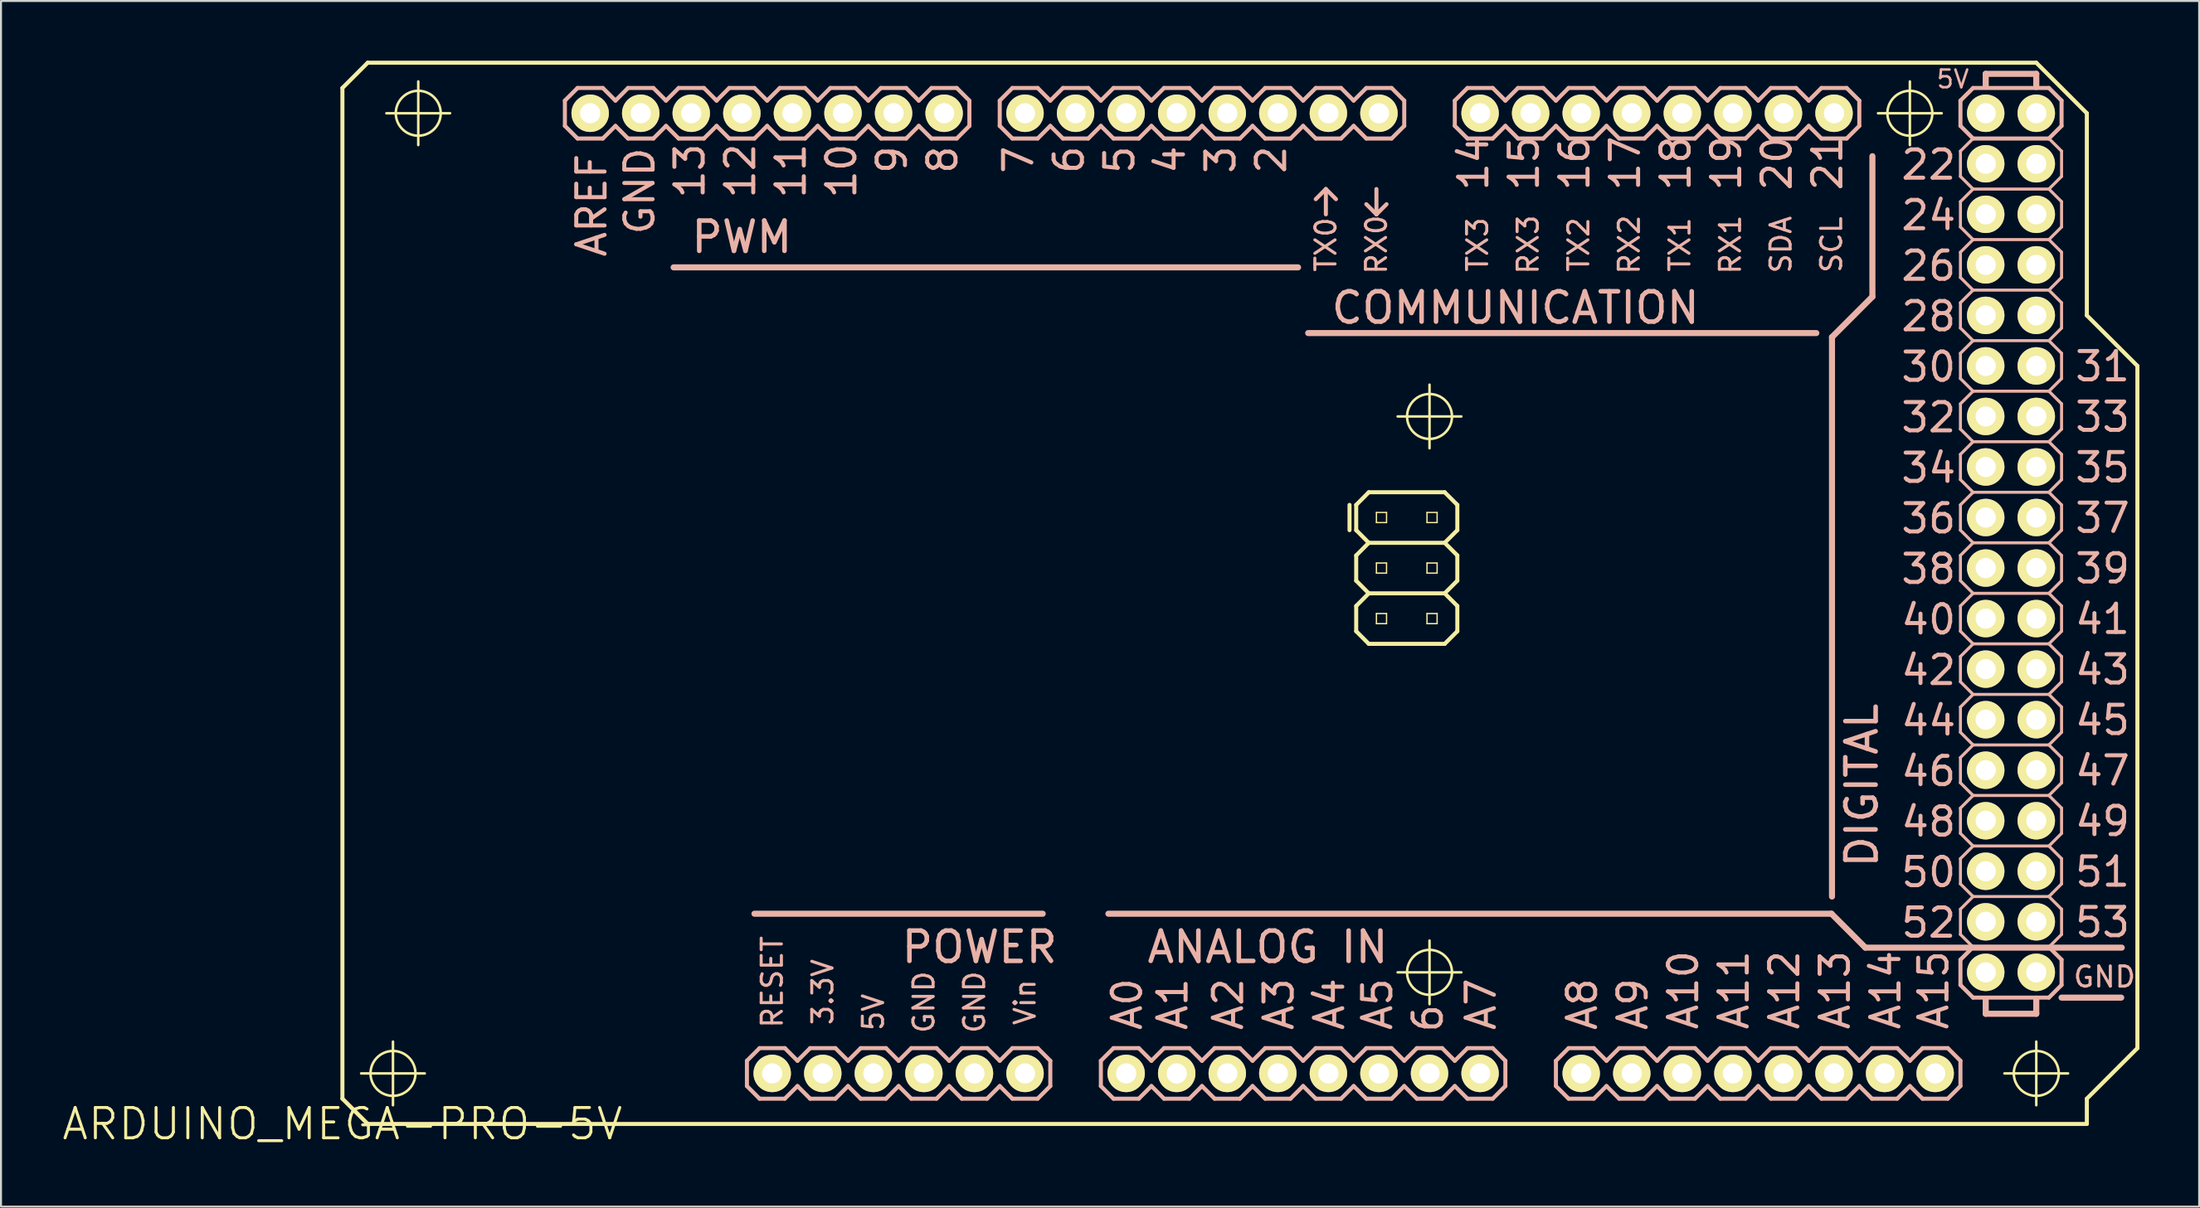
<source format=kicad_pcb>
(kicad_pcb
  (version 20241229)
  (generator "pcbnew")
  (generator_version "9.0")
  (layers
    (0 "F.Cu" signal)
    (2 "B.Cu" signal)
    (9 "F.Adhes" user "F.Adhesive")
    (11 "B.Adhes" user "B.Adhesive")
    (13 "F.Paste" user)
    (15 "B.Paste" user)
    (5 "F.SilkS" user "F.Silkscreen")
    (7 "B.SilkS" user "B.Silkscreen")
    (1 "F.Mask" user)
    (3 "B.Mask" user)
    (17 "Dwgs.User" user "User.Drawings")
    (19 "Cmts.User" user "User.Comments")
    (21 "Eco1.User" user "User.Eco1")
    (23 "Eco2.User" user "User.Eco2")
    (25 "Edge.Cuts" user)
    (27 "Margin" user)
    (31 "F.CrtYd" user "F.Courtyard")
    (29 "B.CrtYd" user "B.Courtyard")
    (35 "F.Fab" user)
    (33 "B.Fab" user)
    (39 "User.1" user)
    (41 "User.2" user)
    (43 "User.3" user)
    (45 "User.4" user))
  (footprint "ARDUINO_MEGA-PRO-5V"
    (layer "F.Cu")
    (at 14.151 53.442)
    (property "Reference" "ARDUINO_MEGA-PRO-5V" (at 0 0 0) (layer "F.SilkS") (effects (font (size 1.524 1.524) (thickness 0.15))))
    (attr exclude_from_pos_files exclude_from_bom)
    (fp_line (start 0 -52.07) (end 1.27 -53.34) (stroke (width 0.203) (type solid)) (layer "F.SilkS"))
    (fp_line (start 0 -1.27) (end 0 -52.07) (stroke (width 0.203) (type solid)) (layer "F.SilkS"))
    (fp_line (start 0.94 -2.54) (end 4.138 -2.54) (stroke (width 0.127) (type solid)) (layer "F.SilkS"))
    (fp_line (start 1.27 -53.34) (end 85.09 -53.34) (stroke (width 0.203) (type solid)) (layer "F.SilkS"))
    (fp_line (start 1.27 0) (end 0 -1.27) (stroke (width 0.203) (type solid)) (layer "F.SilkS"))
    (fp_line (start 2.21 -50.8) (end 5.408 -50.8) (stroke (width 0.127) (type solid)) (layer "F.SilkS"))
    (fp_line (start 2.54 -0.94) (end 2.54 -4.138) (stroke (width 0.127) (type solid)) (layer "F.SilkS"))
    (fp_line (start 3.81 -49.2) (end 3.81 -52.398) (stroke (width 0.127) (type solid)) (layer "F.SilkS"))
    (fp_line (start 12.192 -51.051) (end 12.7 -51.051) (stroke (width 0.066) (type solid)) (layer "F.SilkS"))
    (fp_line (start 12.192 -50.546) (end 12.192 -51.051) (stroke (width 0.066) (type solid)) (layer "F.SilkS"))
    (fp_line (start 12.192 -50.546) (end 12.7 -50.546) (stroke (width 0.066) (type solid)) (layer "F.SilkS"))
    (fp_line (start 12.7 -50.546) (end 12.7 -51.051) (stroke (width 0.066) (type solid)) (layer "F.SilkS"))
    (fp_line (start 14.732 -51.051) (end 15.24 -51.051) (stroke (width 0.066) (type solid)) (layer "F.SilkS"))
    (fp_line (start 14.732 -50.546) (end 14.732 -51.051) (stroke (width 0.066) (type solid)) (layer "F.SilkS"))
    (fp_line (start 14.732 -50.546) (end 15.24 -50.546) (stroke (width 0.066) (type solid)) (layer "F.SilkS"))
    (fp_line (start 15.24 -50.546) (end 15.24 -51.051) (stroke (width 0.066) (type solid)) (layer "F.SilkS"))
    (fp_line (start 17.272 -51.051) (end 17.78 -51.051) (stroke (width 0.066) (type solid)) (layer "F.SilkS"))
    (fp_line (start 17.272 -50.546) (end 17.272 -51.051) (stroke (width 0.066) (type solid)) (layer "F.SilkS"))
    (fp_line (start 17.272 -50.546) (end 17.78 -50.546) (stroke (width 0.066) (type solid)) (layer "F.SilkS"))
    (fp_line (start 17.78 -50.546) (end 17.78 -51.051) (stroke (width 0.066) (type solid)) (layer "F.SilkS"))
    (fp_line (start 19.812 -51.051) (end 20.32 -51.051) (stroke (width 0.066) (type solid)) (layer "F.SilkS"))
    (fp_line (start 19.812 -50.546) (end 19.812 -51.051) (stroke (width 0.066) (type solid)) (layer "F.SilkS"))
    (fp_line (start 19.812 -50.546) (end 20.32 -50.546) (stroke (width 0.066) (type solid)) (layer "F.SilkS"))
    (fp_line (start 20.32 -50.546) (end 20.32 -51.051) (stroke (width 0.066) (type solid)) (layer "F.SilkS"))
    (fp_line (start 21.336 -2.794) (end 21.844 -2.794) (stroke (width 0.066) (type solid)) (layer "F.SilkS"))
    (fp_line (start 21.336 -2.286) (end 21.336 -2.794) (stroke (width 0.066) (type solid)) (layer "F.SilkS"))
    (fp_line (start 21.336 -2.286) (end 21.844 -2.286) (stroke (width 0.066) (type solid)) (layer "F.SilkS"))
    (fp_line (start 21.844 -2.286) (end 21.844 -2.794) (stroke (width 0.066) (type solid)) (layer "F.SilkS"))
    (fp_line (start 22.352 -51.051) (end 22.86 -51.051) (stroke (width 0.066) (type solid)) (layer "F.SilkS"))
    (fp_line (start 22.352 -50.546) (end 22.352 -51.051) (stroke (width 0.066) (type solid)) (layer "F.SilkS"))
    (fp_line (start 22.352 -50.546) (end 22.86 -50.546) (stroke (width 0.066) (type solid)) (layer "F.SilkS"))
    (fp_line (start 22.86 -50.546) (end 22.86 -51.051) (stroke (width 0.066) (type solid)) (layer "F.SilkS"))
    (fp_line (start 23.876 -2.794) (end 24.384 -2.794) (stroke (width 0.066) (type solid)) (layer "F.SilkS"))
    (fp_line (start 23.876 -2.286) (end 23.876 -2.794) (stroke (width 0.066) (type solid)) (layer "F.SilkS"))
    (fp_line (start 23.876 -2.286) (end 24.384 -2.286) (stroke (width 0.066) (type solid)) (layer "F.SilkS"))
    (fp_line (start 24.384 -2.286) (end 24.384 -2.794) (stroke (width 0.066) (type solid)) (layer "F.SilkS"))
    (fp_line (start 24.892 -51.051) (end 25.4 -51.051) (stroke (width 0.066) (type solid)) (layer "F.SilkS"))
    (fp_line (start 24.892 -50.546) (end 24.892 -51.051) (stroke (width 0.066) (type solid)) (layer "F.SilkS"))
    (fp_line (start 24.892 -50.546) (end 25.4 -50.546) (stroke (width 0.066) (type solid)) (layer "F.SilkS"))
    (fp_line (start 25.4 -50.546) (end 25.4 -51.051) (stroke (width 0.066) (type solid)) (layer "F.SilkS"))
    (fp_line (start 26.416 -2.794) (end 26.924 -2.794) (stroke (width 0.066) (type solid)) (layer "F.SilkS"))
    (fp_line (start 26.416 -2.286) (end 26.416 -2.794) (stroke (width 0.066) (type solid)) (layer "F.SilkS"))
    (fp_line (start 26.416 -2.286) (end 26.924 -2.286) (stroke (width 0.066) (type solid)) (layer "F.SilkS"))
    (fp_line (start 26.924 -2.286) (end 26.924 -2.794) (stroke (width 0.066) (type solid)) (layer "F.SilkS"))
    (fp_line (start 27.432 -51.051) (end 27.94 -51.051) (stroke (width 0.066) (type solid)) (layer "F.SilkS"))
    (fp_line (start 27.432 -50.546) (end 27.432 -51.051) (stroke (width 0.066) (type solid)) (layer "F.SilkS"))
    (fp_line (start 27.432 -50.546) (end 27.94 -50.546) (stroke (width 0.066) (type solid)) (layer "F.SilkS"))
    (fp_line (start 27.94 -50.546) (end 27.94 -51.051) (stroke (width 0.066) (type solid)) (layer "F.SilkS"))
    (fp_line (start 28.953 -2.794) (end 29.464 -2.794) (stroke (width 0.066) (type solid)) (layer "F.SilkS"))
    (fp_line (start 28.953 -2.286) (end 28.953 -2.794) (stroke (width 0.066) (type solid)) (layer "F.SilkS"))
    (fp_line (start 28.953 -2.286) (end 29.464 -2.286) (stroke (width 0.066) (type solid)) (layer "F.SilkS"))
    (fp_line (start 29.464 -2.286) (end 29.464 -2.794) (stroke (width 0.066) (type solid)) (layer "F.SilkS"))
    (fp_line (start 29.972 -51.051) (end 30.48 -51.051) (stroke (width 0.066) (type solid)) (layer "F.SilkS"))
    (fp_line (start 29.972 -50.546) (end 29.972 -51.051) (stroke (width 0.066) (type solid)) (layer "F.SilkS"))
    (fp_line (start 29.972 -50.546) (end 30.48 -50.546) (stroke (width 0.066) (type solid)) (layer "F.SilkS"))
    (fp_line (start 30.48 -50.546) (end 30.48 -51.051) (stroke (width 0.066) (type solid)) (layer "F.SilkS"))
    (fp_line (start 31.496 -2.794) (end 32.004 -2.794) (stroke (width 0.066) (type solid)) (layer "F.SilkS"))
    (fp_line (start 31.496 -2.286) (end 31.496 -2.794) (stroke (width 0.066) (type solid)) (layer "F.SilkS"))
    (fp_line (start 31.496 -2.286) (end 32.004 -2.286) (stroke (width 0.066) (type solid)) (layer "F.SilkS"))
    (fp_line (start 32.004 -2.286) (end 32.004 -2.794) (stroke (width 0.066) (type solid)) (layer "F.SilkS"))
    (fp_line (start 34.036 -51.051) (end 34.544 -51.051) (stroke (width 0.066) (type solid)) (layer "F.SilkS"))
    (fp_line (start 34.036 -50.546) (end 34.036 -51.051) (stroke (width 0.066) (type solid)) (layer "F.SilkS"))
    (fp_line (start 34.036 -50.546) (end 34.544 -50.546) (stroke (width 0.066) (type solid)) (layer "F.SilkS"))
    (fp_line (start 34.036 -2.794) (end 34.544 -2.794) (stroke (width 0.066) (type solid)) (layer "F.SilkS"))
    (fp_line (start 34.036 -2.286) (end 34.036 -2.794) (stroke (width 0.066) (type solid)) (layer "F.SilkS"))
    (fp_line (start 34.036 -2.286) (end 34.544 -2.286) (stroke (width 0.066) (type solid)) (layer "F.SilkS"))
    (fp_line (start 34.544 -50.546) (end 34.544 -51.051) (stroke (width 0.066) (type solid)) (layer "F.SilkS"))
    (fp_line (start 34.544 -2.286) (end 34.544 -2.794) (stroke (width 0.066) (type solid)) (layer "F.SilkS"))
    (fp_line (start 36.576 -51.051) (end 37.084 -51.051) (stroke (width 0.066) (type solid)) (layer "F.SilkS"))
    (fp_line (start 36.576 -50.546) (end 36.576 -51.051) (stroke (width 0.066) (type solid)) (layer "F.SilkS"))
    (fp_line (start 36.576 -50.546) (end 37.084 -50.546) (stroke (width 0.066) (type solid)) (layer "F.SilkS"))
    (fp_line (start 37.084 -50.546) (end 37.084 -51.051) (stroke (width 0.066) (type solid)) (layer "F.SilkS"))
    (fp_line (start 39.116 -51.051) (end 39.624 -51.051) (stroke (width 0.066) (type solid)) (layer "F.SilkS"))
    (fp_line (start 39.116 -50.546) (end 39.116 -51.051) (stroke (width 0.066) (type solid)) (layer "F.SilkS"))
    (fp_line (start 39.116 -50.546) (end 39.624 -50.546) (stroke (width 0.066) (type solid)) (layer "F.SilkS"))
    (fp_line (start 39.116 -2.794) (end 39.624 -2.794) (stroke (width 0.066) (type solid)) (layer "F.SilkS"))
    (fp_line (start 39.116 -2.286) (end 39.116 -2.794) (stroke (width 0.066) (type solid)) (layer "F.SilkS"))
    (fp_line (start 39.116 -2.286) (end 39.624 -2.286) (stroke (width 0.066) (type solid)) (layer "F.SilkS"))
    (fp_line (start 39.624 -50.546) (end 39.624 -51.051) (stroke (width 0.066) (type solid)) (layer "F.SilkS"))
    (fp_line (start 39.624 -2.286) (end 39.624 -2.794) (stroke (width 0.066) (type solid)) (layer "F.SilkS"))
    (fp_line (start 41.656 -51.051) (end 42.164 -51.051) (stroke (width 0.066) (type solid)) (layer "F.SilkS"))
    (fp_line (start 41.656 -50.546) (end 41.656 -51.051) (stroke (width 0.066) (type solid)) (layer "F.SilkS"))
    (fp_line (start 41.656 -50.546) (end 42.164 -50.546) (stroke (width 0.066) (type solid)) (layer "F.SilkS"))
    (fp_line (start 41.656 -2.794) (end 42.164 -2.794) (stroke (width 0.066) (type solid)) (layer "F.SilkS"))
    (fp_line (start 41.656 -2.286) (end 41.656 -2.794) (stroke (width 0.066) (type solid)) (layer "F.SilkS"))
    (fp_line (start 41.656 -2.286) (end 42.164 -2.286) (stroke (width 0.066) (type solid)) (layer "F.SilkS"))
    (fp_line (start 42.164 -50.546) (end 42.164 -51.051) (stroke (width 0.066) (type solid)) (layer "F.SilkS"))
    (fp_line (start 42.164 -2.286) (end 42.164 -2.794) (stroke (width 0.066) (type solid)) (layer "F.SilkS"))
    (fp_line (start 44.196 -51.051) (end 44.704 -51.051) (stroke (width 0.066) (type solid)) (layer "F.SilkS"))
    (fp_line (start 44.196 -50.546) (end 44.196 -51.051) (stroke (width 0.066) (type solid)) (layer "F.SilkS"))
    (fp_line (start 44.196 -50.546) (end 44.704 -50.546) (stroke (width 0.066) (type solid)) (layer "F.SilkS"))
    (fp_line (start 44.196 -2.794) (end 44.704 -2.794) (stroke (width 0.066) (type solid)) (layer "F.SilkS"))
    (fp_line (start 44.196 -2.286) (end 44.196 -2.794) (stroke (width 0.066) (type solid)) (layer "F.SilkS"))
    (fp_line (start 44.196 -2.286) (end 44.704 -2.286) (stroke (width 0.066) (type solid)) (layer "F.SilkS"))
    (fp_line (start 44.704 -50.546) (end 44.704 -51.051) (stroke (width 0.066) (type solid)) (layer "F.SilkS"))
    (fp_line (start 44.704 -2.286) (end 44.704 -2.794) (stroke (width 0.066) (type solid)) (layer "F.SilkS"))
    (fp_line (start 46.736 -51.051) (end 47.244 -51.051) (stroke (width 0.066) (type solid)) (layer "F.SilkS"))
    (fp_line (start 46.736 -50.546) (end 46.736 -51.051) (stroke (width 0.066) (type solid)) (layer "F.SilkS"))
    (fp_line (start 46.736 -50.546) (end 47.244 -50.546) (stroke (width 0.066) (type solid)) (layer "F.SilkS"))
    (fp_line (start 46.736 -2.794) (end 47.244 -2.794) (stroke (width 0.066) (type solid)) (layer "F.SilkS"))
    (fp_line (start 46.736 -2.286) (end 46.736 -2.794) (stroke (width 0.066) (type solid)) (layer "F.SilkS"))
    (fp_line (start 46.736 -2.286) (end 47.244 -2.286) (stroke (width 0.066) (type solid)) (layer "F.SilkS"))
    (fp_line (start 47.244 -50.546) (end 47.244 -51.051) (stroke (width 0.066) (type solid)) (layer "F.SilkS"))
    (fp_line (start 47.244 -2.286) (end 47.244 -2.794) (stroke (width 0.066) (type solid)) (layer "F.SilkS"))
    (fp_line (start 49.276 -51.051) (end 49.784 -51.051) (stroke (width 0.066) (type solid)) (layer "F.SilkS"))
    (fp_line (start 49.276 -50.546) (end 49.276 -51.051) (stroke (width 0.066) (type solid)) (layer "F.SilkS"))
    (fp_line (start 49.276 -50.546) (end 49.784 -50.546) (stroke (width 0.066) (type solid)) (layer "F.SilkS"))
    (fp_line (start 49.276 -2.794) (end 49.784 -2.794) (stroke (width 0.066) (type solid)) (layer "F.SilkS"))
    (fp_line (start 49.276 -2.286) (end 49.276 -2.794) (stroke (width 0.066) (type solid)) (layer "F.SilkS"))
    (fp_line (start 49.276 -2.286) (end 49.784 -2.286) (stroke (width 0.066) (type solid)) (layer "F.SilkS"))
    (fp_line (start 49.784 -50.546) (end 49.784 -51.051) (stroke (width 0.066) (type solid)) (layer "F.SilkS"))
    (fp_line (start 49.784 -2.286) (end 49.784 -2.794) (stroke (width 0.066) (type solid)) (layer "F.SilkS"))
    (fp_line (start 50.592 -29.845) (end 50.592 -31.115) (stroke (width 0.203) (type solid)) (layer "F.SilkS"))
    (fp_line (start 50.927 -31.115) (end 50.927 -29.845) (stroke (width 0.203) (type solid)) (layer "F.SilkS"))
    (fp_line (start 50.927 -29.845) (end 51.559 -29.21) (stroke (width 0.203) (type solid)) (layer "F.SilkS"))
    (fp_line (start 50.927 -28.575) (end 50.927 -27.305) (stroke (width 0.203) (type solid)) (layer "F.SilkS"))
    (fp_line (start 50.927 -27.305) (end 51.559 -26.67) (stroke (width 0.203) (type solid)) (layer "F.SilkS"))
    (fp_line (start 50.927 -26.035) (end 50.927 -24.765) (stroke (width 0.203) (type solid)) (layer "F.SilkS"))
    (fp_line (start 50.927 -24.765) (end 51.559 -24.13) (stroke (width 0.203) (type solid)) (layer "F.SilkS"))
    (fp_line (start 51.559 -31.75) (end 50.927 -31.115) (stroke (width 0.203) (type solid)) (layer "F.SilkS"))
    (fp_line (start 51.559 -31.75) (end 55.372 -31.75) (stroke (width 0.203) (type solid)) (layer "F.SilkS"))
    (fp_line (start 51.559 -29.21) (end 50.927 -28.575) (stroke (width 0.203) (type solid)) (layer "F.SilkS"))
    (fp_line (start 51.559 -26.67) (end 50.927 -26.035) (stroke (width 0.203) (type solid)) (layer "F.SilkS"))
    (fp_line (start 51.816 -51.051) (end 52.324 -51.051) (stroke (width 0.066) (type solid)) (layer "F.SilkS"))
    (fp_line (start 51.816 -50.546) (end 51.816 -51.051) (stroke (width 0.066) (type solid)) (layer "F.SilkS"))
    (fp_line (start 51.816 -50.546) (end 52.324 -50.546) (stroke (width 0.066) (type solid)) (layer "F.SilkS"))
    (fp_line (start 51.816 -2.794) (end 52.324 -2.794) (stroke (width 0.066) (type solid)) (layer "F.SilkS"))
    (fp_line (start 51.816 -2.286) (end 51.816 -2.794) (stroke (width 0.066) (type solid)) (layer "F.SilkS"))
    (fp_line (start 51.816 -2.286) (end 52.324 -2.286) (stroke (width 0.066) (type solid)) (layer "F.SilkS"))
    (fp_line (start 51.943 -30.734) (end 52.451 -30.734) (stroke (width 0.066) (type solid)) (layer "F.SilkS"))
    (fp_line (start 51.943 -30.226) (end 51.943 -30.734) (stroke (width 0.066) (type solid)) (layer "F.SilkS"))
    (fp_line (start 51.943 -30.226) (end 52.451 -30.226) (stroke (width 0.066) (type solid)) (layer "F.SilkS"))
    (fp_line (start 51.943 -28.194) (end 52.451 -28.194) (stroke (width 0.066) (type solid)) (layer "F.SilkS"))
    (fp_line (start 51.943 -27.686) (end 51.943 -28.194) (stroke (width 0.066) (type solid)) (layer "F.SilkS"))
    (fp_line (start 51.943 -27.686) (end 52.451 -27.686) (stroke (width 0.066) (type solid)) (layer "F.SilkS"))
    (fp_line (start 51.943 -25.654) (end 52.451 -25.654) (stroke (width 0.066) (type solid)) (layer "F.SilkS"))
    (fp_line (start 51.943 -25.146) (end 51.943 -25.654) (stroke (width 0.066) (type solid)) (layer "F.SilkS"))
    (fp_line (start 51.943 -25.146) (end 52.451 -25.146) (stroke (width 0.066) (type solid)) (layer "F.SilkS"))
    (fp_line (start 52.324 -50.546) (end 52.324 -51.051) (stroke (width 0.066) (type solid)) (layer "F.SilkS"))
    (fp_line (start 52.324 -2.286) (end 52.324 -2.794) (stroke (width 0.066) (type solid)) (layer "F.SilkS"))
    (fp_line (start 52.451 -30.226) (end 52.451 -30.734) (stroke (width 0.066) (type solid)) (layer "F.SilkS"))
    (fp_line (start 52.451 -27.686) (end 52.451 -28.194) (stroke (width 0.066) (type solid)) (layer "F.SilkS"))
    (fp_line (start 52.451 -25.146) (end 52.451 -25.654) (stroke (width 0.066) (type solid)) (layer "F.SilkS"))
    (fp_line (start 53.01 -35.56) (end 56.208 -35.56) (stroke (width 0.127) (type solid)) (layer "F.SilkS"))
    (fp_line (start 53.01 -7.62) (end 56.208 -7.62) (stroke (width 0.127) (type solid)) (layer "F.SilkS"))
    (fp_line (start 54.356 -2.794) (end 54.864 -2.794) (stroke (width 0.066) (type solid)) (layer "F.SilkS"))
    (fp_line (start 54.356 -2.286) (end 54.356 -2.794) (stroke (width 0.066) (type solid)) (layer "F.SilkS"))
    (fp_line (start 54.356 -2.286) (end 54.864 -2.286) (stroke (width 0.066) (type solid)) (layer "F.SilkS"))
    (fp_line (start 54.483 -30.734) (end 54.991 -30.734) (stroke (width 0.066) (type solid)) (layer "F.SilkS"))
    (fp_line (start 54.483 -30.226) (end 54.483 -30.734) (stroke (width 0.066) (type solid)) (layer "F.SilkS"))
    (fp_line (start 54.483 -30.226) (end 54.991 -30.226) (stroke (width 0.066) (type solid)) (layer "F.SilkS"))
    (fp_line (start 54.483 -28.194) (end 54.991 -28.194) (stroke (width 0.066) (type solid)) (layer "F.SilkS"))
    (fp_line (start 54.483 -27.686) (end 54.483 -28.194) (stroke (width 0.066) (type solid)) (layer "F.SilkS"))
    (fp_line (start 54.483 -27.686) (end 54.991 -27.686) (stroke (width 0.066) (type solid)) (layer "F.SilkS"))
    (fp_line (start 54.483 -25.654) (end 54.991 -25.654) (stroke (width 0.066) (type solid)) (layer "F.SilkS"))
    (fp_line (start 54.483 -25.146) (end 54.483 -25.654) (stroke (width 0.066) (type solid)) (layer "F.SilkS"))
    (fp_line (start 54.483 -25.146) (end 54.991 -25.146) (stroke (width 0.066) (type solid)) (layer "F.SilkS"))
    (fp_line (start 54.61 -33.96) (end 54.61 -37.158) (stroke (width 0.127) (type solid)) (layer "F.SilkS"))
    (fp_line (start 54.61 -6.02) (end 54.61 -9.218) (stroke (width 0.127) (type solid)) (layer "F.SilkS"))
    (fp_line (start 54.864 -2.286) (end 54.864 -2.794) (stroke (width 0.066) (type solid)) (layer "F.SilkS"))
    (fp_line (start 54.991 -30.226) (end 54.991 -30.734) (stroke (width 0.066) (type solid)) (layer "F.SilkS"))
    (fp_line (start 54.991 -27.686) (end 54.991 -28.194) (stroke (width 0.066) (type solid)) (layer "F.SilkS"))
    (fp_line (start 54.991 -25.146) (end 54.991 -25.654) (stroke (width 0.066) (type solid)) (layer "F.SilkS"))
    (fp_line (start 55.372 -31.75) (end 56.007 -31.115) (stroke (width 0.203) (type solid)) (layer "F.SilkS"))
    (fp_line (start 55.372 -29.21) (end 51.559 -29.21) (stroke (width 0.203) (type solid)) (layer "F.SilkS"))
    (fp_line (start 55.372 -29.21) (end 56.007 -28.575) (stroke (width 0.203) (type solid)) (layer "F.SilkS"))
    (fp_line (start 55.372 -26.67) (end 51.559 -26.67) (stroke (width 0.203) (type solid)) (layer "F.SilkS"))
    (fp_line (start 55.372 -26.67) (end 56.007 -26.035) (stroke (width 0.203) (type solid)) (layer "F.SilkS"))
    (fp_line (start 55.372 -24.13) (end 51.559 -24.13) (stroke (width 0.203) (type solid)) (layer "F.SilkS"))
    (fp_line (start 56.007 -31.115) (end 56.007 -29.845) (stroke (width 0.203) (type solid)) (layer "F.SilkS"))
    (fp_line (start 56.007 -29.845) (end 55.372 -29.21) (stroke (width 0.203) (type solid)) (layer "F.SilkS"))
    (fp_line (start 56.007 -28.575) (end 56.007 -27.305) (stroke (width 0.203) (type solid)) (layer "F.SilkS"))
    (fp_line (start 56.007 -27.305) (end 55.372 -26.67) (stroke (width 0.203) (type solid)) (layer "F.SilkS"))
    (fp_line (start 56.007 -26.035) (end 56.007 -24.765) (stroke (width 0.203) (type solid)) (layer "F.SilkS"))
    (fp_line (start 56.007 -24.765) (end 55.372 -24.13) (stroke (width 0.203) (type solid)) (layer "F.SilkS"))
    (fp_line (start 56.896 -51.051) (end 57.401 -51.051) (stroke (width 0.066) (type solid)) (layer "F.SilkS"))
    (fp_line (start 56.896 -50.546) (end 56.896 -51.051) (stroke (width 0.066) (type solid)) (layer "F.SilkS"))
    (fp_line (start 56.896 -50.546) (end 57.401 -50.546) (stroke (width 0.066) (type solid)) (layer "F.SilkS"))
    (fp_line (start 56.896 -2.794) (end 57.401 -2.794) (stroke (width 0.066) (type solid)) (layer "F.SilkS"))
    (fp_line (start 56.896 -2.286) (end 56.896 -2.794) (stroke (width 0.066) (type solid)) (layer "F.SilkS"))
    (fp_line (start 56.896 -2.286) (end 57.401 -2.286) (stroke (width 0.066) (type solid)) (layer "F.SilkS"))
    (fp_line (start 57.401 -50.546) (end 57.401 -51.051) (stroke (width 0.066) (type solid)) (layer "F.SilkS"))
    (fp_line (start 57.401 -2.286) (end 57.401 -2.794) (stroke (width 0.066) (type solid)) (layer "F.SilkS"))
    (fp_line (start 59.436 -51.051) (end 59.944 -51.051) (stroke (width 0.066) (type solid)) (layer "F.SilkS"))
    (fp_line (start 59.436 -50.546) (end 59.436 -51.051) (stroke (width 0.066) (type solid)) (layer "F.SilkS"))
    (fp_line (start 59.436 -50.546) (end 59.944 -50.546) (stroke (width 0.066) (type solid)) (layer "F.SilkS"))
    (fp_line (start 59.944 -50.546) (end 59.944 -51.051) (stroke (width 0.066) (type solid)) (layer "F.SilkS"))
    (fp_line (start 61.976 -51.051) (end 62.484 -51.051) (stroke (width 0.066) (type solid)) (layer "F.SilkS"))
    (fp_line (start 61.976 -50.546) (end 61.976 -51.051) (stroke (width 0.066) (type solid)) (layer "F.SilkS"))
    (fp_line (start 61.976 -50.546) (end 62.484 -50.546) (stroke (width 0.066) (type solid)) (layer "F.SilkS"))
    (fp_line (start 61.976 -2.794) (end 62.484 -2.794) (stroke (width 0.066) (type solid)) (layer "F.SilkS"))
    (fp_line (start 61.976 -2.286) (end 61.976 -2.794) (stroke (width 0.066) (type solid)) (layer "F.SilkS"))
    (fp_line (start 61.976 -2.286) (end 62.484 -2.286) (stroke (width 0.066) (type solid)) (layer "F.SilkS"))
    (fp_line (start 62.484 -50.546) (end 62.484 -51.051) (stroke (width 0.066) (type solid)) (layer "F.SilkS"))
    (fp_line (start 62.484 -2.286) (end 62.484 -2.794) (stroke (width 0.066) (type solid)) (layer "F.SilkS"))
    (fp_line (start 64.516 -51.051) (end 65.024 -51.051) (stroke (width 0.066) (type solid)) (layer "F.SilkS"))
    (fp_line (start 64.516 -50.546) (end 64.516 -51.051) (stroke (width 0.066) (type solid)) (layer "F.SilkS"))
    (fp_line (start 64.516 -50.546) (end 65.024 -50.546) (stroke (width 0.066) (type solid)) (layer "F.SilkS"))
    (fp_line (start 64.516 -2.794) (end 65.024 -2.794) (stroke (width 0.066) (type solid)) (layer "F.SilkS"))
    (fp_line (start 64.516 -2.286) (end 64.516 -2.794) (stroke (width 0.066) (type solid)) (layer "F.SilkS"))
    (fp_line (start 64.516 -2.286) (end 65.024 -2.286) (stroke (width 0.066) (type solid)) (layer "F.SilkS"))
    (fp_line (start 65.024 -50.546) (end 65.024 -51.051) (stroke (width 0.066) (type solid)) (layer "F.SilkS"))
    (fp_line (start 65.024 -2.286) (end 65.024 -2.794) (stroke (width 0.066) (type solid)) (layer "F.SilkS"))
    (fp_line (start 67.056 -51.051) (end 67.564 -51.051) (stroke (width 0.066) (type solid)) (layer "F.SilkS"))
    (fp_line (start 67.056 -50.546) (end 67.056 -51.051) (stroke (width 0.066) (type solid)) (layer "F.SilkS"))
    (fp_line (start 67.056 -50.546) (end 67.564 -50.546) (stroke (width 0.066) (type solid)) (layer "F.SilkS"))
    (fp_line (start 67.056 -2.794) (end 67.564 -2.794) (stroke (width 0.066) (type solid)) (layer "F.SilkS"))
    (fp_line (start 67.056 -2.286) (end 67.056 -2.794) (stroke (width 0.066) (type solid)) (layer "F.SilkS"))
    (fp_line (start 67.056 -2.286) (end 67.564 -2.286) (stroke (width 0.066) (type solid)) (layer "F.SilkS"))
    (fp_line (start 67.564 -50.546) (end 67.564 -51.051) (stroke (width 0.066) (type solid)) (layer "F.SilkS"))
    (fp_line (start 67.564 -2.286) (end 67.564 -2.794) (stroke (width 0.066) (type solid)) (layer "F.SilkS"))
    (fp_line (start 69.596 -51.051) (end 70.101 -51.051) (stroke (width 0.066) (type solid)) (layer "F.SilkS"))
    (fp_line (start 69.596 -50.546) (end 69.596 -51.051) (stroke (width 0.066) (type solid)) (layer "F.SilkS"))
    (fp_line (start 69.596 -50.546) (end 70.101 -50.546) (stroke (width 0.066) (type solid)) (layer "F.SilkS"))
    (fp_line (start 69.596 -2.794) (end 70.101 -2.794) (stroke (width 0.066) (type solid)) (layer "F.SilkS"))
    (fp_line (start 69.596 -2.286) (end 69.596 -2.794) (stroke (width 0.066) (type solid)) (layer "F.SilkS"))
    (fp_line (start 69.596 -2.286) (end 70.101 -2.286) (stroke (width 0.066) (type solid)) (layer "F.SilkS"))
    (fp_line (start 70.101 -50.546) (end 70.101 -51.051) (stroke (width 0.066) (type solid)) (layer "F.SilkS"))
    (fp_line (start 70.101 -2.286) (end 70.101 -2.794) (stroke (width 0.066) (type solid)) (layer "F.SilkS"))
    (fp_line (start 72.136 -51.051) (end 72.644 -51.051) (stroke (width 0.066) (type solid)) (layer "F.SilkS"))
    (fp_line (start 72.136 -50.546) (end 72.136 -51.051) (stroke (width 0.066) (type solid)) (layer "F.SilkS"))
    (fp_line (start 72.136 -50.546) (end 72.644 -50.546) (stroke (width 0.066) (type solid)) (layer "F.SilkS"))
    (fp_line (start 72.136 -2.794) (end 72.644 -2.794) (stroke (width 0.066) (type solid)) (layer "F.SilkS"))
    (fp_line (start 72.136 -2.286) (end 72.136 -2.794) (stroke (width 0.066) (type solid)) (layer "F.SilkS"))
    (fp_line (start 72.136 -2.286) (end 72.644 -2.286) (stroke (width 0.066) (type solid)) (layer "F.SilkS"))
    (fp_line (start 72.644 -50.546) (end 72.644 -51.051) (stroke (width 0.066) (type solid)) (layer "F.SilkS"))
    (fp_line (start 72.644 -2.286) (end 72.644 -2.794) (stroke (width 0.066) (type solid)) (layer "F.SilkS"))
    (fp_line (start 74.676 -51.051) (end 75.184 -51.051) (stroke (width 0.066) (type solid)) (layer "F.SilkS"))
    (fp_line (start 74.676 -50.546) (end 74.676 -51.051) (stroke (width 0.066) (type solid)) (layer "F.SilkS"))
    (fp_line (start 74.676 -50.546) (end 75.184 -50.546) (stroke (width 0.066) (type solid)) (layer "F.SilkS"))
    (fp_line (start 74.676 -2.794) (end 75.184 -2.794) (stroke (width 0.066) (type solid)) (layer "F.SilkS"))
    (fp_line (start 74.676 -2.286) (end 74.676 -2.794) (stroke (width 0.066) (type solid)) (layer "F.SilkS"))
    (fp_line (start 74.676 -2.286) (end 75.184 -2.286) (stroke (width 0.066) (type solid)) (layer "F.SilkS"))
    (fp_line (start 75.184 -50.546) (end 75.184 -51.051) (stroke (width 0.066) (type solid)) (layer "F.SilkS"))
    (fp_line (start 75.184 -2.286) (end 75.184 -2.794) (stroke (width 0.066) (type solid)) (layer "F.SilkS"))
    (fp_line (start 77.14 -50.8) (end 80.338 -50.8) (stroke (width 0.127) (type solid)) (layer "F.SilkS"))
    (fp_line (start 77.216 -2.794) (end 77.724 -2.794) (stroke (width 0.066) (type solid)) (layer "F.SilkS"))
    (fp_line (start 77.216 -2.286) (end 77.216 -2.794) (stroke (width 0.066) (type solid)) (layer "F.SilkS"))
    (fp_line (start 77.216 -2.286) (end 77.724 -2.286) (stroke (width 0.066) (type solid)) (layer "F.SilkS"))
    (fp_line (start 77.724 -2.286) (end 77.724 -2.794) (stroke (width 0.066) (type solid)) (layer "F.SilkS"))
    (fp_line (start 78.74 -49.2) (end 78.74 -52.398) (stroke (width 0.127) (type solid)) (layer "F.SilkS"))
    (fp_line (start 79.756 -2.794) (end 80.264 -2.794) (stroke (width 0.066) (type solid)) (layer "F.SilkS"))
    (fp_line (start 79.756 -2.286) (end 79.756 -2.794) (stroke (width 0.066) (type solid)) (layer "F.SilkS"))
    (fp_line (start 79.756 -2.286) (end 80.264 -2.286) (stroke (width 0.066) (type solid)) (layer "F.SilkS"))
    (fp_line (start 80.264 -2.286) (end 80.264 -2.794) (stroke (width 0.066) (type solid)) (layer "F.SilkS"))
    (fp_line (start 82.296 -51.051) (end 82.801 -51.051) (stroke (width 0.066) (type solid)) (layer "F.SilkS"))
    (fp_line (start 82.296 -50.546) (end 82.296 -51.051) (stroke (width 0.066) (type solid)) (layer "F.SilkS"))
    (fp_line (start 82.296 -50.546) (end 82.801 -50.546) (stroke (width 0.066) (type solid)) (layer "F.SilkS"))
    (fp_line (start 82.296 -48.514) (end 82.801 -48.514) (stroke (width 0.066) (type solid)) (layer "F.SilkS"))
    (fp_line (start 82.296 -48.006) (end 82.296 -48.514) (stroke (width 0.066) (type solid)) (layer "F.SilkS"))
    (fp_line (start 82.296 -48.006) (end 82.801 -48.006) (stroke (width 0.066) (type solid)) (layer "F.SilkS"))
    (fp_line (start 82.296 -45.974) (end 82.801 -45.974) (stroke (width 0.066) (type solid)) (layer "F.SilkS"))
    (fp_line (start 82.296 -45.466) (end 82.296 -45.974) (stroke (width 0.066) (type solid)) (layer "F.SilkS"))
    (fp_line (start 82.296 -45.466) (end 82.801 -45.466) (stroke (width 0.066) (type solid)) (layer "F.SilkS"))
    (fp_line (start 82.296 -43.434) (end 82.801 -43.434) (stroke (width 0.066) (type solid)) (layer "F.SilkS"))
    (fp_line (start 82.296 -42.926) (end 82.296 -43.434) (stroke (width 0.066) (type solid)) (layer "F.SilkS"))
    (fp_line (start 82.296 -42.926) (end 82.801 -42.926) (stroke (width 0.066) (type solid)) (layer "F.SilkS"))
    (fp_line (start 82.296 -40.894) (end 82.801 -40.894) (stroke (width 0.066) (type solid)) (layer "F.SilkS"))
    (fp_line (start 82.296 -40.386) (end 82.296 -40.894) (stroke (width 0.066) (type solid)) (layer "F.SilkS"))
    (fp_line (start 82.296 -40.386) (end 82.801 -40.386) (stroke (width 0.066) (type solid)) (layer "F.SilkS"))
    (fp_line (start 82.296 -38.354) (end 82.801 -38.354) (stroke (width 0.066) (type solid)) (layer "F.SilkS"))
    (fp_line (start 82.296 -37.846) (end 82.296 -38.354) (stroke (width 0.066) (type solid)) (layer "F.SilkS"))
    (fp_line (start 82.296 -37.846) (end 82.801 -37.846) (stroke (width 0.066) (type solid)) (layer "F.SilkS"))
    (fp_line (start 82.296 -35.814) (end 82.801 -35.814) (stroke (width 0.066) (type solid)) (layer "F.SilkS"))
    (fp_line (start 82.296 -35.303) (end 82.296 -35.814) (stroke (width 0.066) (type solid)) (layer "F.SilkS"))
    (fp_line (start 82.296 -35.303) (end 82.801 -35.303) (stroke (width 0.066) (type solid)) (layer "F.SilkS"))
    (fp_line (start 82.296 -33.274) (end 82.801 -33.274) (stroke (width 0.066) (type solid)) (layer "F.SilkS"))
    (fp_line (start 82.296 -32.766) (end 82.296 -33.274) (stroke (width 0.066) (type solid)) (layer "F.SilkS"))
    (fp_line (start 82.296 -32.766) (end 82.801 -32.766) (stroke (width 0.066) (type solid)) (layer "F.SilkS"))
    (fp_line (start 82.296 -30.734) (end 82.801 -30.734) (stroke (width 0.066) (type solid)) (layer "F.SilkS"))
    (fp_line (start 82.296 -30.226) (end 82.296 -30.734) (stroke (width 0.066) (type solid)) (layer "F.SilkS"))
    (fp_line (start 82.296 -30.226) (end 82.801 -30.226) (stroke (width 0.066) (type solid)) (layer "F.SilkS"))
    (fp_line (start 82.296 -28.194) (end 82.801 -28.194) (stroke (width 0.066) (type solid)) (layer "F.SilkS"))
    (fp_line (start 82.296 -27.686) (end 82.296 -28.194) (stroke (width 0.066) (type solid)) (layer "F.SilkS"))
    (fp_line (start 82.296 -27.686) (end 82.801 -27.686) (stroke (width 0.066) (type solid)) (layer "F.SilkS"))
    (fp_line (start 82.296 -25.654) (end 82.801 -25.654) (stroke (width 0.066) (type solid)) (layer "F.SilkS"))
    (fp_line (start 82.296 -25.146) (end 82.296 -25.654) (stroke (width 0.066) (type solid)) (layer "F.SilkS"))
    (fp_line (start 82.296 -25.146) (end 82.801 -25.146) (stroke (width 0.066) (type solid)) (layer "F.SilkS"))
    (fp_line (start 82.296 -23.114) (end 82.801 -23.114) (stroke (width 0.066) (type solid)) (layer "F.SilkS"))
    (fp_line (start 82.296 -22.606) (end 82.296 -23.114) (stroke (width 0.066) (type solid)) (layer "F.SilkS"))
    (fp_line (start 82.296 -22.606) (end 82.801 -22.606) (stroke (width 0.066) (type solid)) (layer "F.SilkS"))
    (fp_line (start 82.296 -20.574) (end 82.801 -20.574) (stroke (width 0.066) (type solid)) (layer "F.SilkS"))
    (fp_line (start 82.296 -20.066) (end 82.296 -20.574) (stroke (width 0.066) (type solid)) (layer "F.SilkS"))
    (fp_line (start 82.296 -20.066) (end 82.801 -20.066) (stroke (width 0.066) (type solid)) (layer "F.SilkS"))
    (fp_line (start 82.296 -18.034) (end 82.801 -18.034) (stroke (width 0.066) (type solid)) (layer "F.SilkS"))
    (fp_line (start 82.296 -17.523) (end 82.296 -18.034) (stroke (width 0.066) (type solid)) (layer "F.SilkS"))
    (fp_line (start 82.296 -17.523) (end 82.801 -17.523) (stroke (width 0.066) (type solid)) (layer "F.SilkS"))
    (fp_line (start 82.296 -15.494) (end 82.801 -15.494) (stroke (width 0.066) (type solid)) (layer "F.SilkS"))
    (fp_line (start 82.296 -14.986) (end 82.296 -15.494) (stroke (width 0.066) (type solid)) (layer "F.SilkS"))
    (fp_line (start 82.296 -14.986) (end 82.801 -14.986) (stroke (width 0.066) (type solid)) (layer "F.SilkS"))
    (fp_line (start 82.296 -12.954) (end 82.801 -12.954) (stroke (width 0.066) (type solid)) (layer "F.SilkS"))
    (fp_line (start 82.296 -12.446) (end 82.296 -12.954) (stroke (width 0.066) (type solid)) (layer "F.SilkS"))
    (fp_line (start 82.296 -12.446) (end 82.801 -12.446) (stroke (width 0.066) (type solid)) (layer "F.SilkS"))
    (fp_line (start 82.296 -10.414) (end 82.801 -10.414) (stroke (width 0.066) (type solid)) (layer "F.SilkS"))
    (fp_line (start 82.296 -9.906) (end 82.296 -10.414) (stroke (width 0.066) (type solid)) (layer "F.SilkS"))
    (fp_line (start 82.296 -9.906) (end 82.801 -9.906) (stroke (width 0.066) (type solid)) (layer "F.SilkS"))
    (fp_line (start 82.296 -7.874) (end 82.801 -7.874) (stroke (width 0.066) (type solid)) (layer "F.SilkS"))
    (fp_line (start 82.296 -7.366) (end 82.296 -7.874) (stroke (width 0.066) (type solid)) (layer "F.SilkS"))
    (fp_line (start 82.296 -7.366) (end 82.801 -7.366) (stroke (width 0.066) (type solid)) (layer "F.SilkS"))
    (fp_line (start 82.801 -50.546) (end 82.801 -51.051) (stroke (width 0.066) (type solid)) (layer "F.SilkS"))
    (fp_line (start 82.801 -48.006) (end 82.801 -48.514) (stroke (width 0.066) (type solid)) (layer "F.SilkS"))
    (fp_line (start 82.801 -45.466) (end 82.801 -45.974) (stroke (width 0.066) (type solid)) (layer "F.SilkS"))
    (fp_line (start 82.801 -42.926) (end 82.801 -43.434) (stroke (width 0.066) (type solid)) (layer "F.SilkS"))
    (fp_line (start 82.801 -40.386) (end 82.801 -40.894) (stroke (width 0.066) (type solid)) (layer "F.SilkS"))
    (fp_line (start 82.801 -37.846) (end 82.801 -38.354) (stroke (width 0.066) (type solid)) (layer "F.SilkS"))
    (fp_line (start 82.801 -35.303) (end 82.801 -35.814) (stroke (width 0.066) (type solid)) (layer "F.SilkS"))
    (fp_line (start 82.801 -32.766) (end 82.801 -33.274) (stroke (width 0.066) (type solid)) (layer "F.SilkS"))
    (fp_line (start 82.801 -30.226) (end 82.801 -30.734) (stroke (width 0.066) (type solid)) (layer "F.SilkS"))
    (fp_line (start 82.801 -27.686) (end 82.801 -28.194) (stroke (width 0.066) (type solid)) (layer "F.SilkS"))
    (fp_line (start 82.801 -25.146) (end 82.801 -25.654) (stroke (width 0.066) (type solid)) (layer "F.SilkS"))
    (fp_line (start 82.801 -22.606) (end 82.801 -23.114) (stroke (width 0.066) (type solid)) (layer "F.SilkS"))
    (fp_line (start 82.801 -20.066) (end 82.801 -20.574) (stroke (width 0.066) (type solid)) (layer "F.SilkS"))
    (fp_line (start 82.801 -17.523) (end 82.801 -18.034) (stroke (width 0.066) (type solid)) (layer "F.SilkS"))
    (fp_line (start 82.801 -14.986) (end 82.801 -15.494) (stroke (width 0.066) (type solid)) (layer "F.SilkS"))
    (fp_line (start 82.801 -12.446) (end 82.801 -12.954) (stroke (width 0.066) (type solid)) (layer "F.SilkS"))
    (fp_line (start 82.801 -9.906) (end 82.801 -10.414) (stroke (width 0.066) (type solid)) (layer "F.SilkS"))
    (fp_line (start 82.801 -7.366) (end 82.801 -7.874) (stroke (width 0.066) (type solid)) (layer "F.SilkS"))
    (fp_line (start 83.49 -2.54) (end 86.688 -2.54) (stroke (width 0.127) (type solid)) (layer "F.SilkS"))
    (fp_line (start 84.836 -51.051) (end 85.344 -51.051) (stroke (width 0.066) (type solid)) (layer "F.SilkS"))
    (fp_line (start 84.836 -50.546) (end 84.836 -51.051) (stroke (width 0.066) (type solid)) (layer "F.SilkS"))
    (fp_line (start 84.836 -50.546) (end 85.344 -50.546) (stroke (width 0.066) (type solid)) (layer "F.SilkS"))
    (fp_line (start 84.836 -48.514) (end 85.344 -48.514) (stroke (width 0.066) (type solid)) (layer "F.SilkS"))
    (fp_line (start 84.836 -48.006) (end 84.836 -48.514) (stroke (width 0.066) (type solid)) (layer "F.SilkS"))
    (fp_line (start 84.836 -48.006) (end 85.344 -48.006) (stroke (width 0.066) (type solid)) (layer "F.SilkS"))
    (fp_line (start 84.836 -45.974) (end 85.344 -45.974) (stroke (width 0.066) (type solid)) (layer "F.SilkS"))
    (fp_line (start 84.836 -45.466) (end 84.836 -45.974) (stroke (width 0.066) (type solid)) (layer "F.SilkS"))
    (fp_line (start 84.836 -45.466) (end 85.344 -45.466) (stroke (width 0.066) (type solid)) (layer "F.SilkS"))
    (fp_line (start 84.836 -43.434) (end 85.344 -43.434) (stroke (width 0.066) (type solid)) (layer "F.SilkS"))
    (fp_line (start 84.836 -42.926) (end 84.836 -43.434) (stroke (width 0.066) (type solid)) (layer "F.SilkS"))
    (fp_line (start 84.836 -42.926) (end 85.344 -42.926) (stroke (width 0.066) (type solid)) (layer "F.SilkS"))
    (fp_line (start 84.836 -40.894) (end 85.344 -40.894) (stroke (width 0.066) (type solid)) (layer "F.SilkS"))
    (fp_line (start 84.836 -40.386) (end 84.836 -40.894) (stroke (width 0.066) (type solid)) (layer "F.SilkS"))
    (fp_line (start 84.836 -40.386) (end 85.344 -40.386) (stroke (width 0.066) (type solid)) (layer "F.SilkS"))
    (fp_line (start 84.836 -38.354) (end 85.344 -38.354) (stroke (width 0.066) (type solid)) (layer "F.SilkS"))
    (fp_line (start 84.836 -37.846) (end 84.836 -38.354) (stroke (width 0.066) (type solid)) (layer "F.SilkS"))
    (fp_line (start 84.836 -37.846) (end 85.344 -37.846) (stroke (width 0.066) (type solid)) (layer "F.SilkS"))
    (fp_line (start 84.836 -35.814) (end 85.344 -35.814) (stroke (width 0.066) (type solid)) (layer "F.SilkS"))
    (fp_line (start 84.836 -35.303) (end 84.836 -35.814) (stroke (width 0.066) (type solid)) (layer "F.SilkS"))
    (fp_line (start 84.836 -35.303) (end 85.344 -35.303) (stroke (width 0.066) (type solid)) (layer "F.SilkS"))
    (fp_line (start 84.836 -33.274) (end 85.344 -33.274) (stroke (width 0.066) (type solid)) (layer "F.SilkS"))
    (fp_line (start 84.836 -32.766) (end 84.836 -33.274) (stroke (width 0.066) (type solid)) (layer "F.SilkS"))
    (fp_line (start 84.836 -32.766) (end 85.344 -32.766) (stroke (width 0.066) (type solid)) (layer "F.SilkS"))
    (fp_line (start 84.836 -30.734) (end 85.344 -30.734) (stroke (width 0.066) (type solid)) (layer "F.SilkS"))
    (fp_line (start 84.836 -30.226) (end 84.836 -30.734) (stroke (width 0.066) (type solid)) (layer "F.SilkS"))
    (fp_line (start 84.836 -30.226) (end 85.344 -30.226) (stroke (width 0.066) (type solid)) (layer "F.SilkS"))
    (fp_line (start 84.836 -28.194) (end 85.344 -28.194) (stroke (width 0.066) (type solid)) (layer "F.SilkS"))
    (fp_line (start 84.836 -27.686) (end 84.836 -28.194) (stroke (width 0.066) (type solid)) (layer "F.SilkS"))
    (fp_line (start 84.836 -27.686) (end 85.344 -27.686) (stroke (width 0.066) (type solid)) (layer "F.SilkS"))
    (fp_line (start 84.836 -25.654) (end 85.344 -25.654) (stroke (width 0.066) (type solid)) (layer "F.SilkS"))
    (fp_line (start 84.836 -25.146) (end 84.836 -25.654) (stroke (width 0.066) (type solid)) (layer "F.SilkS"))
    (fp_line (start 84.836 -25.146) (end 85.344 -25.146) (stroke (width 0.066) (type solid)) (layer "F.SilkS"))
    (fp_line (start 84.836 -23.114) (end 85.344 -23.114) (stroke (width 0.066) (type solid)) (layer "F.SilkS"))
    (fp_line (start 84.836 -22.606) (end 84.836 -23.114) (stroke (width 0.066) (type solid)) (layer "F.SilkS"))
    (fp_line (start 84.836 -22.606) (end 85.344 -22.606) (stroke (width 0.066) (type solid)) (layer "F.SilkS"))
    (fp_line (start 84.836 -20.574) (end 85.344 -20.574) (stroke (width 0.066) (type solid)) (layer "F.SilkS"))
    (fp_line (start 84.836 -20.066) (end 84.836 -20.574) (stroke (width 0.066) (type solid)) (layer "F.SilkS"))
    (fp_line (start 84.836 -20.066) (end 85.344 -20.066) (stroke (width 0.066) (type solid)) (layer "F.SilkS"))
    (fp_line (start 84.836 -18.034) (end 85.344 -18.034) (stroke (width 0.066) (type solid)) (layer "F.SilkS"))
    (fp_line (start 84.836 -17.523) (end 84.836 -18.034) (stroke (width 0.066) (type solid)) (layer "F.SilkS"))
    (fp_line (start 84.836 -17.523) (end 85.344 -17.523) (stroke (width 0.066) (type solid)) (layer "F.SilkS"))
    (fp_line (start 84.836 -15.494) (end 85.344 -15.494) (stroke (width 0.066) (type solid)) (layer "F.SilkS"))
    (fp_line (start 84.836 -14.986) (end 84.836 -15.494) (stroke (width 0.066) (type solid)) (layer "F.SilkS"))
    (fp_line (start 84.836 -14.986) (end 85.344 -14.986) (stroke (width 0.066) (type solid)) (layer "F.SilkS"))
    (fp_line (start 84.836 -12.954) (end 85.344 -12.954) (stroke (width 0.066) (type solid)) (layer "F.SilkS"))
    (fp_line (start 84.836 -12.446) (end 84.836 -12.954) (stroke (width 0.066) (type solid)) (layer "F.SilkS"))
    (fp_line (start 84.836 -12.446) (end 85.344 -12.446) (stroke (width 0.066) (type solid)) (layer "F.SilkS"))
    (fp_line (start 84.836 -10.414) (end 85.344 -10.414) (stroke (width 0.066) (type solid)) (layer "F.SilkS"))
    (fp_line (start 84.836 -9.906) (end 84.836 -10.414) (stroke (width 0.066) (type solid)) (layer "F.SilkS"))
    (fp_line (start 84.836 -9.906) (end 85.344 -9.906) (stroke (width 0.066) (type solid)) (layer "F.SilkS"))
    (fp_line (start 84.836 -7.874) (end 85.344 -7.874) (stroke (width 0.066) (type solid)) (layer "F.SilkS"))
    (fp_line (start 84.836 -7.366) (end 84.836 -7.874) (stroke (width 0.066) (type solid)) (layer "F.SilkS"))
    (fp_line (start 84.836 -7.366) (end 85.344 -7.366) (stroke (width 0.066) (type solid)) (layer "F.SilkS"))
    (fp_line (start 85.09 -53.34) (end 87.63 -50.8) (stroke (width 0.203) (type solid)) (layer "F.SilkS"))
    (fp_line (start 85.09 -0.94) (end 85.09 -4.138) (stroke (width 0.127) (type solid)) (layer "F.SilkS"))
    (fp_line (start 85.344 -50.546) (end 85.344 -51.051) (stroke (width 0.066) (type solid)) (layer "F.SilkS"))
    (fp_line (start 85.344 -48.006) (end 85.344 -48.514) (stroke (width 0.066) (type solid)) (layer "F.SilkS"))
    (fp_line (start 85.344 -45.466) (end 85.344 -45.974) (stroke (width 0.066) (type solid)) (layer "F.SilkS"))
    (fp_line (start 85.344 -42.926) (end 85.344 -43.434) (stroke (width 0.066) (type solid)) (layer "F.SilkS"))
    (fp_line (start 85.344 -40.386) (end 85.344 -40.894) (stroke (width 0.066) (type solid)) (layer "F.SilkS"))
    (fp_line (start 85.344 -37.846) (end 85.344 -38.354) (stroke (width 0.066) (type solid)) (layer "F.SilkS"))
    (fp_line (start 85.344 -35.303) (end 85.344 -35.814) (stroke (width 0.066) (type solid)) (layer "F.SilkS"))
    (fp_line (start 85.344 -32.766) (end 85.344 -33.274) (stroke (width 0.066) (type solid)) (layer "F.SilkS"))
    (fp_line (start 85.344 -30.226) (end 85.344 -30.734) (stroke (width 0.066) (type solid)) (layer "F.SilkS"))
    (fp_line (start 85.344 -27.686) (end 85.344 -28.194) (stroke (width 0.066) (type solid)) (layer "F.SilkS"))
    (fp_line (start 85.344 -25.146) (end 85.344 -25.654) (stroke (width 0.066) (type solid)) (layer "F.SilkS"))
    (fp_line (start 85.344 -22.606) (end 85.344 -23.114) (stroke (width 0.066) (type solid)) (layer "F.SilkS"))
    (fp_line (start 85.344 -20.066) (end 85.344 -20.574) (stroke (width 0.066) (type solid)) (layer "F.SilkS"))
    (fp_line (start 85.344 -17.523) (end 85.344 -18.034) (stroke (width 0.066) (type solid)) (layer "F.SilkS"))
    (fp_line (start 85.344 -14.986) (end 85.344 -15.494) (stroke (width 0.066) (type solid)) (layer "F.SilkS"))
    (fp_line (start 85.344 -12.446) (end 85.344 -12.954) (stroke (width 0.066) (type solid)) (layer "F.SilkS"))
    (fp_line (start 85.344 -9.906) (end 85.344 -10.414) (stroke (width 0.066) (type solid)) (layer "F.SilkS"))
    (fp_line (start 85.344 -7.366) (end 85.344 -7.874) (stroke (width 0.066) (type solid)) (layer "F.SilkS"))
    (fp_line (start 87.63 -50.8) (end 87.63 -40.64) (stroke (width 0.203) (type solid)) (layer "F.SilkS"))
    (fp_line (start 87.63 -40.64) (end 90.17 -38.1) (stroke (width 0.203) (type solid)) (layer "F.SilkS"))
    (fp_line (start 87.63 -1.27) (end 87.63 0) (stroke (width 0.203) (type solid)) (layer "F.SilkS"))
    (fp_line (start 87.63 0) (end 1.27 0) (stroke (width 0.203) (type solid)) (layer "F.SilkS"))
    (fp_line (start 90.17 -38.1) (end 90.17 -3.81) (stroke (width 0.203) (type solid)) (layer "F.SilkS"))
    (fp_line (start 90.17 -3.81) (end 87.63 -1.27) (stroke (width 0.203) (type solid)) (layer "F.SilkS"))
    (fp_circle (center 2.54 -2.54) (end 3.338 -3.338) (stroke (width 0.127) (type solid)) (fill no) (layer "F.SilkS"))
    (fp_circle (center 3.81 -50.8) (end 4.608 -51.598) (stroke (width 0.127) (type solid)) (fill no) (layer "F.SilkS"))
    (fp_circle (center 54.61 -35.56) (end 55.408 -36.358) (stroke (width 0.127) (type solid)) (fill no) (layer "F.SilkS"))
    (fp_circle (center 54.61 -7.62) (end 55.408 -8.418) (stroke (width 0.127) (type solid)) (fill no) (layer "F.SilkS"))
    (fp_circle (center 78.74 -50.8) (end 79.538 -51.598) (stroke (width 0.127) (type solid)) (fill no) (layer "F.SilkS"))
    (fp_circle (center 85.09 -2.54) (end 85.888 -3.338) (stroke (width 0.127) (type solid)) (fill no) (layer "F.SilkS"))
    (fp_line (start 11.176 -51.435) (end 11.176 -50.165) (stroke (width 0.203) (type solid)) (layer "B.SilkS"))
    (fp_line (start 11.176 -50.165) (end 11.811 -49.53) (stroke (width 0.203) (type solid)) (layer "B.SilkS"))
    (fp_line (start 11.811 -52.07) (end 11.176 -51.435) (stroke (width 0.203) (type solid)) (layer "B.SilkS"))
    (fp_line (start 11.811 -52.07) (end 13.081 -52.07) (stroke (width 0.203) (type solid)) (layer "B.SilkS"))
    (fp_line (start 13.081 -52.07) (end 13.716 -51.435) (stroke (width 0.203) (type solid)) (layer "B.SilkS"))
    (fp_line (start 13.081 -49.53) (end 11.811 -49.53) (stroke (width 0.203) (type solid)) (layer "B.SilkS"))
    (fp_line (start 13.716 -51.435) (end 14.348 -52.07) (stroke (width 0.203) (type solid)) (layer "B.SilkS"))
    (fp_line (start 13.716 -50.165) (end 13.081 -49.53) (stroke (width 0.203) (type solid)) (layer "B.SilkS"))
    (fp_line (start 14.348 -52.07) (end 15.621 -52.07) (stroke (width 0.203) (type solid)) (layer "B.SilkS"))
    (fp_line (start 14.348 -49.53) (end 13.716 -50.165) (stroke (width 0.203) (type solid)) (layer "B.SilkS"))
    (fp_line (start 15.621 -52.07) (end 16.256 -51.435) (stroke (width 0.203) (type solid)) (layer "B.SilkS"))
    (fp_line (start 15.621 -49.53) (end 14.348 -49.53) (stroke (width 0.203) (type solid)) (layer "B.SilkS"))
    (fp_line (start 16.256 -51.435) (end 16.891 -52.07) (stroke (width 0.203) (type solid)) (layer "B.SilkS"))
    (fp_line (start 16.256 -50.165) (end 15.621 -49.53) (stroke (width 0.203) (type solid)) (layer "B.SilkS"))
    (fp_line (start 16.891 -52.07) (end 18.161 -52.07) (stroke (width 0.203) (type solid)) (layer "B.SilkS"))
    (fp_line (start 16.891 -49.53) (end 16.256 -50.165) (stroke (width 0.203) (type solid)) (layer "B.SilkS"))
    (fp_line (start 18.161 -52.07) (end 18.796 -51.435) (stroke (width 0.203) (type solid)) (layer "B.SilkS"))
    (fp_line (start 18.161 -49.53) (end 16.891 -49.53) (stroke (width 0.203) (type solid)) (layer "B.SilkS"))
    (fp_line (start 18.796 -50.165) (end 18.161 -49.53) (stroke (width 0.203) (type solid)) (layer "B.SilkS"))
    (fp_line (start 18.796 -50.165) (end 19.431 -49.53) (stroke (width 0.203) (type solid)) (layer "B.SilkS"))
    (fp_line (start 19.431 -52.07) (end 18.796 -51.435) (stroke (width 0.203) (type solid)) (layer "B.SilkS"))
    (fp_line (start 19.431 -52.07) (end 20.698 -52.07) (stroke (width 0.203) (type solid)) (layer "B.SilkS"))
    (fp_line (start 20.32 -3.175) (end 20.32 -1.905) (stroke (width 0.203) (type solid)) (layer "B.SilkS"))
    (fp_line (start 20.32 -1.905) (end 20.955 -1.27) (stroke (width 0.203) (type solid)) (layer "B.SilkS"))
    (fp_line (start 20.698 -52.07) (end 21.336 -51.435) (stroke (width 0.203) (type solid)) (layer "B.SilkS"))
    (fp_line (start 20.698 -49.53) (end 19.431 -49.53) (stroke (width 0.203) (type solid)) (layer "B.SilkS"))
    (fp_line (start 20.955 -3.81) (end 20.32 -3.175) (stroke (width 0.203) (type solid)) (layer "B.SilkS"))
    (fp_line (start 20.955 -3.81) (end 22.225 -3.81) (stroke (width 0.203) (type solid)) (layer "B.SilkS"))
    (fp_line (start 21.336 -51.435) (end 21.971 -52.07) (stroke (width 0.203) (type solid)) (layer "B.SilkS"))
    (fp_line (start 21.336 -50.165) (end 20.698 -49.53) (stroke (width 0.203) (type solid)) (layer "B.SilkS"))
    (fp_line (start 21.971 -52.07) (end 23.241 -52.07) (stroke (width 0.203) (type solid)) (layer "B.SilkS"))
    (fp_line (start 21.971 -49.53) (end 21.336 -50.165) (stroke (width 0.203) (type solid)) (layer "B.SilkS"))
    (fp_line (start 22.225 -3.81) (end 22.86 -3.175) (stroke (width 0.203) (type solid)) (layer "B.SilkS"))
    (fp_line (start 22.225 -1.27) (end 20.955 -1.27) (stroke (width 0.203) (type solid)) (layer "B.SilkS"))
    (fp_line (start 22.86 -3.175) (end 23.495 -3.81) (stroke (width 0.203) (type solid)) (layer "B.SilkS"))
    (fp_line (start 22.86 -1.905) (end 22.225 -1.27) (stroke (width 0.203) (type solid)) (layer "B.SilkS"))
    (fp_line (start 23.241 -52.07) (end 23.876 -51.435) (stroke (width 0.203) (type solid)) (layer "B.SilkS"))
    (fp_line (start 23.241 -49.53) (end 21.971 -49.53) (stroke (width 0.203) (type solid)) (layer "B.SilkS"))
    (fp_line (start 23.495 -3.81) (end 24.765 -3.81) (stroke (width 0.203) (type solid)) (layer "B.SilkS"))
    (fp_line (start 23.495 -1.27) (end 22.86 -1.905) (stroke (width 0.203) (type solid)) (layer "B.SilkS"))
    (fp_line (start 23.876 -51.435) (end 24.511 -52.07) (stroke (width 0.203) (type solid)) (layer "B.SilkS"))
    (fp_line (start 23.876 -50.165) (end 23.241 -49.53) (stroke (width 0.203) (type solid)) (layer "B.SilkS"))
    (fp_line (start 24.511 -52.07) (end 25.778 -52.07) (stroke (width 0.203) (type solid)) (layer "B.SilkS"))
    (fp_line (start 24.511 -49.53) (end 23.876 -50.165) (stroke (width 0.203) (type solid)) (layer "B.SilkS"))
    (fp_line (start 24.765 -3.81) (end 25.4 -3.175) (stroke (width 0.203) (type solid)) (layer "B.SilkS"))
    (fp_line (start 24.765 -1.27) (end 23.495 -1.27) (stroke (width 0.203) (type solid)) (layer "B.SilkS"))
    (fp_line (start 25.4 -3.175) (end 26.035 -3.81) (stroke (width 0.203) (type solid)) (layer "B.SilkS"))
    (fp_line (start 25.4 -1.905) (end 24.765 -1.27) (stroke (width 0.203) (type solid)) (layer "B.SilkS"))
    (fp_line (start 25.778 -52.07) (end 26.416 -51.435) (stroke (width 0.203) (type solid)) (layer "B.SilkS"))
    (fp_line (start 25.778 -49.53) (end 24.511 -49.53) (stroke (width 0.203) (type solid)) (layer "B.SilkS"))
    (fp_line (start 26.035 -3.81) (end 27.305 -3.81) (stroke (width 0.203) (type solid)) (layer "B.SilkS"))
    (fp_line (start 26.035 -1.27) (end 25.4 -1.905) (stroke (width 0.203) (type solid)) (layer "B.SilkS"))
    (fp_line (start 26.416 -50.165) (end 25.778 -49.53) (stroke (width 0.203) (type solid)) (layer "B.SilkS"))
    (fp_line (start 26.416 -50.165) (end 27.051 -49.53) (stroke (width 0.203) (type solid)) (layer "B.SilkS"))
    (fp_line (start 27.051 -52.07) (end 26.416 -51.435) (stroke (width 0.203) (type solid)) (layer "B.SilkS"))
    (fp_line (start 27.051 -52.07) (end 28.321 -52.07) (stroke (width 0.203) (type solid)) (layer "B.SilkS"))
    (fp_line (start 27.305 -3.81) (end 27.94 -3.175) (stroke (width 0.203) (type solid)) (layer "B.SilkS"))
    (fp_line (start 27.305 -1.27) (end 26.035 -1.27) (stroke (width 0.203) (type solid)) (layer "B.SilkS"))
    (fp_line (start 27.94 -1.905) (end 27.305 -1.27) (stroke (width 0.203) (type solid)) (layer "B.SilkS"))
    (fp_line (start 27.94 -1.905) (end 28.575 -1.27) (stroke (width 0.203) (type solid)) (layer "B.SilkS"))
    (fp_line (start 28.321 -52.07) (end 28.953 -51.435) (stroke (width 0.203) (type solid)) (layer "B.SilkS"))
    (fp_line (start 28.321 -49.53) (end 27.051 -49.53) (stroke (width 0.203) (type solid)) (layer "B.SilkS"))
    (fp_line (start 28.575 -3.81) (end 27.94 -3.175) (stroke (width 0.203) (type solid)) (layer "B.SilkS"))
    (fp_line (start 28.575 -3.81) (end 29.845 -3.81) (stroke (width 0.203) (type solid)) (layer "B.SilkS"))
    (fp_line (start 28.953 -50.165) (end 28.321 -49.53) (stroke (width 0.203) (type solid)) (layer "B.SilkS"))
    (fp_line (start 28.953 -50.165) (end 29.591 -49.53) (stroke (width 0.203) (type solid)) (layer "B.SilkS"))
    (fp_line (start 29.591 -52.07) (end 28.953 -51.435) (stroke (width 0.203) (type solid)) (layer "B.SilkS"))
    (fp_line (start 29.591 -52.07) (end 30.861 -52.07) (stroke (width 0.203) (type solid)) (layer "B.SilkS"))
    (fp_line (start 29.845 -3.81) (end 30.48 -3.175) (stroke (width 0.203) (type solid)) (layer "B.SilkS"))
    (fp_line (start 29.845 -1.27) (end 28.575 -1.27) (stroke (width 0.203) (type solid)) (layer "B.SilkS"))
    (fp_line (start 30.48 -3.175) (end 31.115 -3.81) (stroke (width 0.203) (type solid)) (layer "B.SilkS"))
    (fp_line (start 30.48 -1.905) (end 29.845 -1.27) (stroke (width 0.203) (type solid)) (layer "B.SilkS"))
    (fp_line (start 30.861 -52.07) (end 31.496 -51.435) (stroke (width 0.203) (type solid)) (layer "B.SilkS"))
    (fp_line (start 30.861 -49.53) (end 29.591 -49.53) (stroke (width 0.203) (type solid)) (layer "B.SilkS"))
    (fp_line (start 31.115 -3.81) (end 32.385 -3.81) (stroke (width 0.203) (type solid)) (layer "B.SilkS"))
    (fp_line (start 31.115 -1.27) (end 30.48 -1.905) (stroke (width 0.203) (type solid)) (layer "B.SilkS"))
    (fp_line (start 31.496 -51.435) (end 31.496 -50.165) (stroke (width 0.203) (type solid)) (layer "B.SilkS"))
    (fp_line (start 31.496 -50.165) (end 30.861 -49.53) (stroke (width 0.203) (type solid)) (layer "B.SilkS"))
    (fp_line (start 32.385 -3.81) (end 33.02 -3.175) (stroke (width 0.203) (type solid)) (layer "B.SilkS"))
    (fp_line (start 32.385 -1.27) (end 31.115 -1.27) (stroke (width 0.203) (type solid)) (layer "B.SilkS"))
    (fp_line (start 33.02 -51.435) (end 33.02 -50.165) (stroke (width 0.203) (type solid)) (layer "B.SilkS"))
    (fp_line (start 33.02 -50.165) (end 33.655 -49.53) (stroke (width 0.203) (type solid)) (layer "B.SilkS"))
    (fp_line (start 33.02 -3.175) (end 33.655 -3.81) (stroke (width 0.203) (type solid)) (layer "B.SilkS"))
    (fp_line (start 33.02 -1.905) (end 32.385 -1.27) (stroke (width 0.203) (type solid)) (layer "B.SilkS"))
    (fp_line (start 33.655 -52.07) (end 33.02 -51.435) (stroke (width 0.203) (type solid)) (layer "B.SilkS"))
    (fp_line (start 33.655 -52.07) (end 34.925 -52.07) (stroke (width 0.203) (type solid)) (layer "B.SilkS"))
    (fp_line (start 33.655 -3.81) (end 34.925 -3.81) (stroke (width 0.203) (type solid)) (layer "B.SilkS"))
    (fp_line (start 33.655 -1.27) (end 33.02 -1.905) (stroke (width 0.203) (type solid)) (layer "B.SilkS"))
    (fp_line (start 34.925 -52.07) (end 35.56 -51.435) (stroke (width 0.203) (type solid)) (layer "B.SilkS"))
    (fp_line (start 34.925 -49.53) (end 33.655 -49.53) (stroke (width 0.203) (type solid)) (layer "B.SilkS"))
    (fp_line (start 34.925 -3.81) (end 35.56 -3.175) (stroke (width 0.203) (type solid)) (layer "B.SilkS"))
    (fp_line (start 34.925 -1.27) (end 33.655 -1.27) (stroke (width 0.203) (type solid)) (layer "B.SilkS"))
    (fp_line (start 35.179 -10.566) (end 20.698 -10.566) (stroke (width 0.305) (type solid)) (layer "B.SilkS"))
    (fp_line (start 35.56 -51.435) (end 36.195 -52.07) (stroke (width 0.203) (type solid)) (layer "B.SilkS"))
    (fp_line (start 35.56 -50.165) (end 34.925 -49.53) (stroke (width 0.203) (type solid)) (layer "B.SilkS"))
    (fp_line (start 35.56 -3.175) (end 35.56 -1.905) (stroke (width 0.203) (type solid)) (layer "B.SilkS"))
    (fp_line (start 35.56 -1.905) (end 34.925 -1.27) (stroke (width 0.203) (type solid)) (layer "B.SilkS"))
    (fp_line (start 36.195 -52.07) (end 37.465 -52.07) (stroke (width 0.203) (type solid)) (layer "B.SilkS"))
    (fp_line (start 36.195 -49.53) (end 35.56 -50.165) (stroke (width 0.203) (type solid)) (layer "B.SilkS"))
    (fp_line (start 37.465 -52.07) (end 38.1 -51.435) (stroke (width 0.203) (type solid)) (layer "B.SilkS"))
    (fp_line (start 37.465 -49.53) (end 36.195 -49.53) (stroke (width 0.203) (type solid)) (layer "B.SilkS"))
    (fp_line (start 38.1 -51.435) (end 38.735 -52.07) (stroke (width 0.203) (type solid)) (layer "B.SilkS"))
    (fp_line (start 38.1 -50.165) (end 37.465 -49.53) (stroke (width 0.203) (type solid)) (layer "B.SilkS"))
    (fp_line (start 38.1 -3.175) (end 38.1 -1.905) (stroke (width 0.203) (type solid)) (layer "B.SilkS"))
    (fp_line (start 38.1 -1.905) (end 38.735 -1.27) (stroke (width 0.203) (type solid)) (layer "B.SilkS"))
    (fp_line (start 38.735 -52.07) (end 40.005 -52.07) (stroke (width 0.203) (type solid)) (layer "B.SilkS"))
    (fp_line (start 38.735 -49.53) (end 38.1 -50.165) (stroke (width 0.203) (type solid)) (layer "B.SilkS"))
    (fp_line (start 38.735 -3.81) (end 38.1 -3.175) (stroke (width 0.203) (type solid)) (layer "B.SilkS"))
    (fp_line (start 38.735 -3.81) (end 40.005 -3.81) (stroke (width 0.203) (type solid)) (layer "B.SilkS"))
    (fp_line (start 40.005 -52.07) (end 40.64 -51.435) (stroke (width 0.203) (type solid)) (layer "B.SilkS"))
    (fp_line (start 40.005 -49.53) (end 38.735 -49.53) (stroke (width 0.203) (type solid)) (layer "B.SilkS"))
    (fp_line (start 40.005 -3.81) (end 40.64 -3.175) (stroke (width 0.203) (type solid)) (layer "B.SilkS"))
    (fp_line (start 40.005 -1.27) (end 38.735 -1.27) (stroke (width 0.203) (type solid)) (layer "B.SilkS"))
    (fp_line (start 40.64 -50.165) (end 40.005 -49.53) (stroke (width 0.203) (type solid)) (layer "B.SilkS"))
    (fp_line (start 40.64 -50.165) (end 41.275 -49.53) (stroke (width 0.203) (type solid)) (layer "B.SilkS"))
    (fp_line (start 40.64 -3.175) (end 41.275 -3.81) (stroke (width 0.203) (type solid)) (layer "B.SilkS"))
    (fp_line (start 40.64 -1.905) (end 40.005 -1.27) (stroke (width 0.203) (type solid)) (layer "B.SilkS"))
    (fp_line (start 41.275 -52.07) (end 40.64 -51.435) (stroke (width 0.203) (type solid)) (layer "B.SilkS"))
    (fp_line (start 41.275 -52.07) (end 42.545 -52.07) (stroke (width 0.203) (type solid)) (layer "B.SilkS"))
    (fp_line (start 41.275 -3.81) (end 42.545 -3.81) (stroke (width 0.203) (type solid)) (layer "B.SilkS"))
    (fp_line (start 41.275 -1.27) (end 40.64 -1.905) (stroke (width 0.203) (type solid)) (layer "B.SilkS"))
    (fp_line (start 42.545 -52.07) (end 43.18 -51.435) (stroke (width 0.203) (type solid)) (layer "B.SilkS"))
    (fp_line (start 42.545 -49.53) (end 41.275 -49.53) (stroke (width 0.203) (type solid)) (layer "B.SilkS"))
    (fp_line (start 42.545 -3.81) (end 43.18 -3.175) (stroke (width 0.203) (type solid)) (layer "B.SilkS"))
    (fp_line (start 42.545 -1.27) (end 41.275 -1.27) (stroke (width 0.203) (type solid)) (layer "B.SilkS"))
    (fp_line (start 43.18 -51.435) (end 43.815 -52.07) (stroke (width 0.203) (type solid)) (layer "B.SilkS"))
    (fp_line (start 43.18 -50.165) (end 42.545 -49.53) (stroke (width 0.203) (type solid)) (layer "B.SilkS"))
    (fp_line (start 43.18 -3.175) (end 43.815 -3.81) (stroke (width 0.203) (type solid)) (layer "B.SilkS"))
    (fp_line (start 43.18 -1.905) (end 42.545 -1.27) (stroke (width 0.203) (type solid)) (layer "B.SilkS"))
    (fp_line (start 43.815 -52.07) (end 45.085 -52.07) (stroke (width 0.203) (type solid)) (layer "B.SilkS"))
    (fp_line (start 43.815 -49.53) (end 43.18 -50.165) (stroke (width 0.203) (type solid)) (layer "B.SilkS"))
    (fp_line (start 43.815 -3.81) (end 45.085 -3.81) (stroke (width 0.203) (type solid)) (layer "B.SilkS"))
    (fp_line (start 43.815 -1.27) (end 43.18 -1.905) (stroke (width 0.203) (type solid)) (layer "B.SilkS"))
    (fp_line (start 45.085 -52.07) (end 45.72 -51.435) (stroke (width 0.203) (type solid)) (layer "B.SilkS"))
    (fp_line (start 45.085 -49.53) (end 43.815 -49.53) (stroke (width 0.203) (type solid)) (layer "B.SilkS"))
    (fp_line (start 45.085 -3.81) (end 45.72 -3.175) (stroke (width 0.203) (type solid)) (layer "B.SilkS"))
    (fp_line (start 45.085 -1.27) (end 43.815 -1.27) (stroke (width 0.203) (type solid)) (layer "B.SilkS"))
    (fp_line (start 45.72 -51.435) (end 46.355 -52.07) (stroke (width 0.203) (type solid)) (layer "B.SilkS"))
    (fp_line (start 45.72 -50.165) (end 45.085 -49.53) (stroke (width 0.203) (type solid)) (layer "B.SilkS"))
    (fp_line (start 45.72 -1.905) (end 45.085 -1.27) (stroke (width 0.203) (type solid)) (layer "B.SilkS"))
    (fp_line (start 45.72 -1.905) (end 46.355 -1.27) (stroke (width 0.203) (type solid)) (layer "B.SilkS"))
    (fp_line (start 46.355 -52.07) (end 47.625 -52.07) (stroke (width 0.203) (type solid)) (layer "B.SilkS"))
    (fp_line (start 46.355 -49.53) (end 45.72 -50.165) (stroke (width 0.203) (type solid)) (layer "B.SilkS"))
    (fp_line (start 46.355 -3.81) (end 45.72 -3.175) (stroke (width 0.203) (type solid)) (layer "B.SilkS"))
    (fp_line (start 46.355 -3.81) (end 47.625 -3.81) (stroke (width 0.203) (type solid)) (layer "B.SilkS"))
    (fp_line (start 47.625 -52.07) (end 48.26 -51.435) (stroke (width 0.203) (type solid)) (layer "B.SilkS"))
    (fp_line (start 47.625 -49.53) (end 46.355 -49.53) (stroke (width 0.203) (type solid)) (layer "B.SilkS"))
    (fp_line (start 47.625 -3.81) (end 48.26 -3.175) (stroke (width 0.203) (type solid)) (layer "B.SilkS"))
    (fp_line (start 47.625 -1.27) (end 46.355 -1.27) (stroke (width 0.203) (type solid)) (layer "B.SilkS"))
    (fp_line (start 48.006 -43.053) (end 16.637 -43.053) (stroke (width 0.305) (type solid)) (layer "B.SilkS"))
    (fp_line (start 48.26 -50.165) (end 47.625 -49.53) (stroke (width 0.203) (type solid)) (layer "B.SilkS"))
    (fp_line (start 48.26 -50.165) (end 48.895 -49.53) (stroke (width 0.203) (type solid)) (layer "B.SilkS"))
    (fp_line (start 48.26 -3.175) (end 48.895 -3.81) (stroke (width 0.203) (type solid)) (layer "B.SilkS"))
    (fp_line (start 48.26 -1.905) (end 47.625 -1.27) (stroke (width 0.203) (type solid)) (layer "B.SilkS"))
    (fp_line (start 48.514 -39.751) (end 74.041 -39.751) (stroke (width 0.305) (type solid)) (layer "B.SilkS"))
    (fp_line (start 48.895 -52.07) (end 48.26 -51.435) (stroke (width 0.203) (type solid)) (layer "B.SilkS"))
    (fp_line (start 48.895 -52.07) (end 50.165 -52.07) (stroke (width 0.203) (type solid)) (layer "B.SilkS"))
    (fp_line (start 48.895 -46.482) (end 49.403 -46.99) (stroke (width 0.203) (type solid)) (layer "B.SilkS"))
    (fp_line (start 48.895 -3.81) (end 50.165 -3.81) (stroke (width 0.203) (type solid)) (layer "B.SilkS"))
    (fp_line (start 48.895 -1.27) (end 48.26 -1.905) (stroke (width 0.203) (type solid)) (layer "B.SilkS"))
    (fp_line (start 49.403 -46.99) (end 49.911 -46.482) (stroke (width 0.203) (type solid)) (layer "B.SilkS"))
    (fp_line (start 49.403 -45.72) (end 49.403 -46.99) (stroke (width 0.203) (type solid)) (layer "B.SilkS"))
    (fp_line (start 50.165 -52.07) (end 50.8 -51.435) (stroke (width 0.203) (type solid)) (layer "B.SilkS"))
    (fp_line (start 50.165 -49.53) (end 48.895 -49.53) (stroke (width 0.203) (type solid)) (layer "B.SilkS"))
    (fp_line (start 50.165 -3.81) (end 50.8 -3.175) (stroke (width 0.203) (type solid)) (layer "B.SilkS"))
    (fp_line (start 50.165 -1.27) (end 48.895 -1.27) (stroke (width 0.203) (type solid)) (layer "B.SilkS"))
    (fp_line (start 50.8 -50.165) (end 50.165 -49.53) (stroke (width 0.203) (type solid)) (layer "B.SilkS"))
    (fp_line (start 50.8 -50.165) (end 51.435 -49.53) (stroke (width 0.203) (type solid)) (layer "B.SilkS"))
    (fp_line (start 50.8 -3.175) (end 51.435 -3.81) (stroke (width 0.203) (type solid)) (layer "B.SilkS"))
    (fp_line (start 50.8 -1.905) (end 50.165 -1.27) (stroke (width 0.203) (type solid)) (layer "B.SilkS"))
    (fp_line (start 51.435 -52.07) (end 50.8 -51.435) (stroke (width 0.203) (type solid)) (layer "B.SilkS"))
    (fp_line (start 51.435 -52.07) (end 52.705 -52.07) (stroke (width 0.203) (type solid)) (layer "B.SilkS"))
    (fp_line (start 51.435 -3.81) (end 52.705 -3.81) (stroke (width 0.203) (type solid)) (layer "B.SilkS"))
    (fp_line (start 51.435 -1.27) (end 50.8 -1.905) (stroke (width 0.203) (type solid)) (layer "B.SilkS"))
    (fp_line (start 51.943 -46.99) (end 51.943 -45.72) (stroke (width 0.203) (type solid)) (layer "B.SilkS"))
    (fp_line (start 51.943 -45.72) (end 51.435 -46.228) (stroke (width 0.203) (type solid)) (layer "B.SilkS"))
    (fp_line (start 52.451 -46.228) (end 51.943 -45.72) (stroke (width 0.203) (type solid)) (layer "B.SilkS"))
    (fp_line (start 52.705 -52.07) (end 53.34 -51.435) (stroke (width 0.203) (type solid)) (layer "B.SilkS"))
    (fp_line (start 52.705 -49.53) (end 51.435 -49.53) (stroke (width 0.203) (type solid)) (layer "B.SilkS"))
    (fp_line (start 52.705 -3.81) (end 53.34 -3.175) (stroke (width 0.203) (type solid)) (layer "B.SilkS"))
    (fp_line (start 52.705 -1.27) (end 51.435 -1.27) (stroke (width 0.203) (type solid)) (layer "B.SilkS"))
    (fp_line (start 53.34 -51.435) (end 53.34 -50.165) (stroke (width 0.203) (type solid)) (layer "B.SilkS"))
    (fp_line (start 53.34 -50.165) (end 52.705 -49.53) (stroke (width 0.203) (type solid)) (layer "B.SilkS"))
    (fp_line (start 53.34 -1.905) (end 52.705 -1.27) (stroke (width 0.203) (type solid)) (layer "B.SilkS"))
    (fp_line (start 53.34 -1.905) (end 53.975 -1.27) (stroke (width 0.203) (type solid)) (layer "B.SilkS"))
    (fp_line (start 53.975 -3.81) (end 53.34 -3.175) (stroke (width 0.203) (type solid)) (layer "B.SilkS"))
    (fp_line (start 53.975 -3.81) (end 55.245 -3.81) (stroke (width 0.203) (type solid)) (layer "B.SilkS"))
    (fp_line (start 55.245 -3.81) (end 55.88 -3.175) (stroke (width 0.203) (type solid)) (layer "B.SilkS"))
    (fp_line (start 55.245 -1.27) (end 53.975 -1.27) (stroke (width 0.203) (type solid)) (layer "B.SilkS"))
    (fp_line (start 55.88 -51.435) (end 55.88 -50.165) (stroke (width 0.203) (type solid)) (layer "B.SilkS"))
    (fp_line (start 55.88 -50.165) (end 56.515 -49.53) (stroke (width 0.203) (type solid)) (layer "B.SilkS"))
    (fp_line (start 55.88 -1.905) (end 55.245 -1.27) (stroke (width 0.203) (type solid)) (layer "B.SilkS"))
    (fp_line (start 55.88 -1.905) (end 56.515 -1.27) (stroke (width 0.203) (type solid)) (layer "B.SilkS"))
    (fp_line (start 56.515 -52.07) (end 55.88 -51.435) (stroke (width 0.203) (type solid)) (layer "B.SilkS"))
    (fp_line (start 56.515 -52.07) (end 57.785 -52.07) (stroke (width 0.203) (type solid)) (layer "B.SilkS"))
    (fp_line (start 56.515 -3.81) (end 55.88 -3.175) (stroke (width 0.203) (type solid)) (layer "B.SilkS"))
    (fp_line (start 56.515 -3.81) (end 57.785 -3.81) (stroke (width 0.203) (type solid)) (layer "B.SilkS"))
    (fp_line (start 57.785 -52.07) (end 58.42 -51.435) (stroke (width 0.203) (type solid)) (layer "B.SilkS"))
    (fp_line (start 57.785 -49.53) (end 56.515 -49.53) (stroke (width 0.203) (type solid)) (layer "B.SilkS"))
    (fp_line (start 57.785 -3.81) (end 58.42 -3.175) (stroke (width 0.203) (type solid)) (layer "B.SilkS"))
    (fp_line (start 57.785 -1.27) (end 56.515 -1.27) (stroke (width 0.203) (type solid)) (layer "B.SilkS"))
    (fp_line (start 58.42 -51.435) (end 59.055 -52.07) (stroke (width 0.203) (type solid)) (layer "B.SilkS"))
    (fp_line (start 58.42 -50.165) (end 57.785 -49.53) (stroke (width 0.203) (type solid)) (layer "B.SilkS"))
    (fp_line (start 58.42 -3.175) (end 58.42 -1.905) (stroke (width 0.203) (type solid)) (layer "B.SilkS"))
    (fp_line (start 58.42 -1.905) (end 57.785 -1.27) (stroke (width 0.203) (type solid)) (layer "B.SilkS"))
    (fp_line (start 59.055 -52.07) (end 60.325 -52.07) (stroke (width 0.203) (type solid)) (layer "B.SilkS"))
    (fp_line (start 59.055 -49.53) (end 58.42 -50.165) (stroke (width 0.203) (type solid)) (layer "B.SilkS"))
    (fp_line (start 60.325 -52.07) (end 60.96 -51.435) (stroke (width 0.203) (type solid)) (layer "B.SilkS"))
    (fp_line (start 60.325 -49.53) (end 59.055 -49.53) (stroke (width 0.203) (type solid)) (layer "B.SilkS"))
    (fp_line (start 60.96 -51.435) (end 61.595 -52.07) (stroke (width 0.203) (type solid)) (layer "B.SilkS"))
    (fp_line (start 60.96 -50.165) (end 60.325 -49.53) (stroke (width 0.203) (type solid)) (layer "B.SilkS"))
    (fp_line (start 60.96 -3.175) (end 60.96 -1.905) (stroke (width 0.203) (type solid)) (layer "B.SilkS"))
    (fp_line (start 60.96 -1.905) (end 61.595 -1.27) (stroke (width 0.203) (type solid)) (layer "B.SilkS"))
    (fp_line (start 61.595 -52.07) (end 62.865 -52.07) (stroke (width 0.203) (type solid)) (layer "B.SilkS"))
    (fp_line (start 61.595 -49.53) (end 60.96 -50.165) (stroke (width 0.203) (type solid)) (layer "B.SilkS"))
    (fp_line (start 61.595 -3.81) (end 60.96 -3.175) (stroke (width 0.203) (type solid)) (layer "B.SilkS"))
    (fp_line (start 61.595 -3.81) (end 62.865 -3.81) (stroke (width 0.203) (type solid)) (layer "B.SilkS"))
    (fp_line (start 62.865 -52.07) (end 63.5 -51.435) (stroke (width 0.203) (type solid)) (layer "B.SilkS"))
    (fp_line (start 62.865 -49.53) (end 61.595 -49.53) (stroke (width 0.203) (type solid)) (layer "B.SilkS"))
    (fp_line (start 62.865 -3.81) (end 63.5 -3.175) (stroke (width 0.203) (type solid)) (layer "B.SilkS"))
    (fp_line (start 62.865 -1.27) (end 61.595 -1.27) (stroke (width 0.203) (type solid)) (layer "B.SilkS"))
    (fp_line (start 63.5 -50.165) (end 62.865 -49.53) (stroke (width 0.203) (type solid)) (layer "B.SilkS"))
    (fp_line (start 63.5 -50.165) (end 64.135 -49.53) (stroke (width 0.203) (type solid)) (layer "B.SilkS"))
    (fp_line (start 63.5 -3.175) (end 64.135 -3.81) (stroke (width 0.203) (type solid)) (layer "B.SilkS"))
    (fp_line (start 63.5 -1.905) (end 62.865 -1.27) (stroke (width 0.203) (type solid)) (layer "B.SilkS"))
    (fp_line (start 64.135 -52.07) (end 63.5 -51.435) (stroke (width 0.203) (type solid)) (layer "B.SilkS"))
    (fp_line (start 64.135 -52.07) (end 65.405 -52.07) (stroke (width 0.203) (type solid)) (layer "B.SilkS"))
    (fp_line (start 64.135 -3.81) (end 65.405 -3.81) (stroke (width 0.203) (type solid)) (layer "B.SilkS"))
    (fp_line (start 64.135 -1.27) (end 63.5 -1.905) (stroke (width 0.203) (type solid)) (layer "B.SilkS"))
    (fp_line (start 65.405 -52.07) (end 66.04 -51.435) (stroke (width 0.203) (type solid)) (layer "B.SilkS"))
    (fp_line (start 65.405 -49.53) (end 64.135 -49.53) (stroke (width 0.203) (type solid)) (layer "B.SilkS"))
    (fp_line (start 65.405 -3.81) (end 66.04 -3.175) (stroke (width 0.203) (type solid)) (layer "B.SilkS"))
    (fp_line (start 65.405 -1.27) (end 64.135 -1.27) (stroke (width 0.203) (type solid)) (layer "B.SilkS"))
    (fp_line (start 66.04 -51.435) (end 66.675 -52.07) (stroke (width 0.203) (type solid)) (layer "B.SilkS"))
    (fp_line (start 66.04 -50.165) (end 65.405 -49.53) (stroke (width 0.203) (type solid)) (layer "B.SilkS"))
    (fp_line (start 66.04 -3.175) (end 66.675 -3.81) (stroke (width 0.203) (type solid)) (layer "B.SilkS"))
    (fp_line (start 66.04 -1.905) (end 65.405 -1.27) (stroke (width 0.203) (type solid)) (layer "B.SilkS"))
    (fp_line (start 66.675 -52.07) (end 67.945 -52.07) (stroke (width 0.203) (type solid)) (layer "B.SilkS"))
    (fp_line (start 66.675 -49.53) (end 66.04 -50.165) (stroke (width 0.203) (type solid)) (layer "B.SilkS"))
    (fp_line (start 66.675 -3.81) (end 67.945 -3.81) (stroke (width 0.203) (type solid)) (layer "B.SilkS"))
    (fp_line (start 66.675 -1.27) (end 66.04 -1.905) (stroke (width 0.203) (type solid)) (layer "B.SilkS"))
    (fp_line (start 67.945 -52.07) (end 68.58 -51.435) (stroke (width 0.203) (type solid)) (layer "B.SilkS"))
    (fp_line (start 67.945 -49.53) (end 66.675 -49.53) (stroke (width 0.203) (type solid)) (layer "B.SilkS"))
    (fp_line (start 67.945 -3.81) (end 68.58 -3.175) (stroke (width 0.203) (type solid)) (layer "B.SilkS"))
    (fp_line (start 67.945 -1.27) (end 66.675 -1.27) (stroke (width 0.203) (type solid)) (layer "B.SilkS"))
    (fp_line (start 68.58 -51.435) (end 69.215 -52.07) (stroke (width 0.203) (type solid)) (layer "B.SilkS"))
    (fp_line (start 68.58 -50.165) (end 67.945 -49.53) (stroke (width 0.203) (type solid)) (layer "B.SilkS"))
    (fp_line (start 68.58 -1.905) (end 67.945 -1.27) (stroke (width 0.203) (type solid)) (layer "B.SilkS"))
    (fp_line (start 68.58 -1.905) (end 69.215 -1.27) (stroke (width 0.203) (type solid)) (layer "B.SilkS"))
    (fp_line (start 69.215 -52.07) (end 70.485 -52.07) (stroke (width 0.203) (type solid)) (layer "B.SilkS"))
    (fp_line (start 69.215 -49.53) (end 68.58 -50.165) (stroke (width 0.203) (type solid)) (layer "B.SilkS"))
    (fp_line (start 69.215 -3.81) (end 68.58 -3.175) (stroke (width 0.203) (type solid)) (layer "B.SilkS"))
    (fp_line (start 69.215 -3.81) (end 70.485 -3.81) (stroke (width 0.203) (type solid)) (layer "B.SilkS"))
    (fp_line (start 70.485 -52.07) (end 71.12 -51.435) (stroke (width 0.203) (type solid)) (layer "B.SilkS"))
    (fp_line (start 70.485 -49.53) (end 69.215 -49.53) (stroke (width 0.203) (type solid)) (layer "B.SilkS"))
    (fp_line (start 70.485 -3.81) (end 71.12 -3.175) (stroke (width 0.203) (type solid)) (layer "B.SilkS"))
    (fp_line (start 70.485 -1.27) (end 69.215 -1.27) (stroke (width 0.203) (type solid)) (layer "B.SilkS"))
    (fp_line (start 71.12 -50.165) (end 70.485 -49.53) (stroke (width 0.203) (type solid)) (layer "B.SilkS"))
    (fp_line (start 71.12 -50.165) (end 71.755 -49.53) (stroke (width 0.203) (type solid)) (layer "B.SilkS"))
    (fp_line (start 71.12 -3.175) (end 71.755 -3.81) (stroke (width 0.203) (type solid)) (layer "B.SilkS"))
    (fp_line (start 71.12 -1.905) (end 70.485 -1.27) (stroke (width 0.203) (type solid)) (layer "B.SilkS"))
    (fp_line (start 71.755 -52.07) (end 71.12 -51.435) (stroke (width 0.203) (type solid)) (layer "B.SilkS"))
    (fp_line (start 71.755 -52.07) (end 73.025 -52.07) (stroke (width 0.203) (type solid)) (layer "B.SilkS"))
    (fp_line (start 71.755 -3.81) (end 73.025 -3.81) (stroke (width 0.203) (type solid)) (layer "B.SilkS"))
    (fp_line (start 71.755 -1.27) (end 71.12 -1.905) (stroke (width 0.203) (type solid)) (layer "B.SilkS"))
    (fp_line (start 73.025 -52.07) (end 73.66 -51.435) (stroke (width 0.203) (type solid)) (layer "B.SilkS"))
    (fp_line (start 73.025 -49.53) (end 71.755 -49.53) (stroke (width 0.203) (type solid)) (layer "B.SilkS"))
    (fp_line (start 73.025 -3.81) (end 73.66 -3.175) (stroke (width 0.203) (type solid)) (layer "B.SilkS"))
    (fp_line (start 73.025 -1.27) (end 71.755 -1.27) (stroke (width 0.203) (type solid)) (layer "B.SilkS"))
    (fp_line (start 73.66 -50.165) (end 73.025 -49.53) (stroke (width 0.203) (type solid)) (layer "B.SilkS"))
    (fp_line (start 73.66 -50.165) (end 74.295 -49.53) (stroke (width 0.203) (type solid)) (layer "B.SilkS"))
    (fp_line (start 73.66 -3.175) (end 74.295 -3.81) (stroke (width 0.203) (type solid)) (layer "B.SilkS"))
    (fp_line (start 73.66 -1.905) (end 73.025 -1.27) (stroke (width 0.203) (type solid)) (layer "B.SilkS"))
    (fp_line (start 74.295 -52.07) (end 73.66 -51.435) (stroke (width 0.203) (type solid)) (layer "B.SilkS"))
    (fp_line (start 74.295 -52.07) (end 75.565 -52.07) (stroke (width 0.203) (type solid)) (layer "B.SilkS"))
    (fp_line (start 74.295 -3.81) (end 75.565 -3.81) (stroke (width 0.203) (type solid)) (layer "B.SilkS"))
    (fp_line (start 74.295 -1.27) (end 73.66 -1.905) (stroke (width 0.203) (type solid)) (layer "B.SilkS"))
    (fp_line (start 74.803 -10.566) (end 38.478 -10.566) (stroke (width 0.305) (type solid)) (layer "B.SilkS"))
    (fp_line (start 74.803 -10.566) (end 76.505 -8.862) (stroke (width 0.305) (type solid)) (layer "B.SilkS"))
    (fp_line (start 74.828 -39.548) (end 74.828 -11.43) (stroke (width 0.305) (type solid)) (layer "B.SilkS"))
    (fp_line (start 74.828 -39.548) (end 76.858 -41.58) (stroke (width 0.305) (type solid)) (layer "B.SilkS"))
    (fp_line (start 75.565 -52.07) (end 76.2 -51.435) (stroke (width 0.203) (type solid)) (layer "B.SilkS"))
    (fp_line (start 75.565 -49.53) (end 74.295 -49.53) (stroke (width 0.203) (type solid)) (layer "B.SilkS"))
    (fp_line (start 75.565 -3.81) (end 76.2 -3.175) (stroke (width 0.203) (type solid)) (layer "B.SilkS"))
    (fp_line (start 75.565 -1.27) (end 74.295 -1.27) (stroke (width 0.203) (type solid)) (layer "B.SilkS"))
    (fp_line (start 76.2 -51.435) (end 76.2 -50.165) (stroke (width 0.203) (type solid)) (layer "B.SilkS"))
    (fp_line (start 76.2 -50.165) (end 75.565 -49.53) (stroke (width 0.203) (type solid)) (layer "B.SilkS"))
    (fp_line (start 76.2 -1.905) (end 75.565 -1.27) (stroke (width 0.203) (type solid)) (layer "B.SilkS"))
    (fp_line (start 76.2 -1.905) (end 76.835 -1.27) (stroke (width 0.203) (type solid)) (layer "B.SilkS"))
    (fp_line (start 76.505 -8.862) (end 89.383 -8.862) (stroke (width 0.305) (type solid)) (layer "B.SilkS"))
    (fp_line (start 76.835 -3.81) (end 76.2 -3.175) (stroke (width 0.203) (type solid)) (layer "B.SilkS"))
    (fp_line (start 76.835 -3.81) (end 78.105 -3.81) (stroke (width 0.203) (type solid)) (layer "B.SilkS"))
    (fp_line (start 76.858 -41.58) (end 76.858 -48.641) (stroke (width 0.305) (type solid)) (layer "B.SilkS"))
    (fp_line (start 78.105 -3.81) (end 78.74 -3.175) (stroke (width 0.203) (type solid)) (layer "B.SilkS"))
    (fp_line (start 78.105 -1.27) (end 76.835 -1.27) (stroke (width 0.203) (type solid)) (layer "B.SilkS"))
    (fp_line (start 78.74 -1.905) (end 78.105 -1.27) (stroke (width 0.203) (type solid)) (layer "B.SilkS"))
    (fp_line (start 78.74 -1.905) (end 79.375 -1.27) (stroke (width 0.203) (type solid)) (layer "B.SilkS"))
    (fp_line (start 79.375 -3.81) (end 78.74 -3.175) (stroke (width 0.203) (type solid)) (layer "B.SilkS"))
    (fp_line (start 79.375 -3.81) (end 80.645 -3.81) (stroke (width 0.203) (type solid)) (layer "B.SilkS"))
    (fp_line (start 80.645 -3.81) (end 81.28 -3.175) (stroke (width 0.203) (type solid)) (layer "B.SilkS"))
    (fp_line (start 80.645 -1.27) (end 79.375 -1.27) (stroke (width 0.203) (type solid)) (layer "B.SilkS"))
    (fp_line (start 81.28 -51.435) (end 81.28 -50.165) (stroke (width 0.203) (type solid)) (layer "B.SilkS"))
    (fp_line (start 81.28 -50.165) (end 81.915 -49.53) (stroke (width 0.203) (type solid)) (layer "B.SilkS"))
    (fp_line (start 81.28 -48.895) (end 81.915 -49.53) (stroke (width 0.152) (type solid)) (layer "B.SilkS"))
    (fp_line (start 81.28 -47.625) (end 81.28 -48.895) (stroke (width 0.152) (type solid)) (layer "B.SilkS"))
    (fp_line (start 81.28 -46.355) (end 81.915 -46.99) (stroke (width 0.152) (type solid)) (layer "B.SilkS"))
    (fp_line (start 81.28 -45.085) (end 81.28 -46.355) (stroke (width 0.152) (type solid)) (layer "B.SilkS"))
    (fp_line (start 81.28 -43.815) (end 81.915 -44.45) (stroke (width 0.152) (type solid)) (layer "B.SilkS"))
    (fp_line (start 81.28 -42.545) (end 81.28 -43.815) (stroke (width 0.152) (type solid)) (layer "B.SilkS"))
    (fp_line (start 81.28 -41.275) (end 81.915 -41.91) (stroke (width 0.152) (type solid)) (layer "B.SilkS"))
    (fp_line (start 81.28 -40.005) (end 81.28 -41.275) (stroke (width 0.152) (type solid)) (layer "B.SilkS"))
    (fp_line (start 81.28 -38.735) (end 81.915 -39.37) (stroke (width 0.152) (type solid)) (layer "B.SilkS"))
    (fp_line (start 81.28 -37.465) (end 81.28 -38.735) (stroke (width 0.152) (type solid)) (layer "B.SilkS"))
    (fp_line (start 81.28 -36.195) (end 81.915 -36.83) (stroke (width 0.152) (type solid)) (layer "B.SilkS"))
    (fp_line (start 81.28 -34.925) (end 81.28 -36.195) (stroke (width 0.152) (type solid)) (layer "B.SilkS"))
    (fp_line (start 81.28 -33.655) (end 81.915 -34.29) (stroke (width 0.152) (type solid)) (layer "B.SilkS"))
    (fp_line (start 81.28 -32.385) (end 81.28 -33.655) (stroke (width 0.152) (type solid)) (layer "B.SilkS"))
    (fp_line (start 81.28 -31.115) (end 81.915 -31.75) (stroke (width 0.152) (type solid)) (layer "B.SilkS"))
    (fp_line (start 81.28 -29.845) (end 81.28 -31.115) (stroke (width 0.152) (type solid)) (layer "B.SilkS"))
    (fp_line (start 81.28 -28.575) (end 81.915 -29.21) (stroke (width 0.152) (type solid)) (layer "B.SilkS"))
    (fp_line (start 81.28 -27.305) (end 81.28 -28.575) (stroke (width 0.152) (type solid)) (layer "B.SilkS"))
    (fp_line (start 81.28 -26.035) (end 81.915 -26.67) (stroke (width 0.152) (type solid)) (layer "B.SilkS"))
    (fp_line (start 81.28 -24.765) (end 81.28 -26.035) (stroke (width 0.152) (type solid)) (layer "B.SilkS"))
    (fp_line (start 81.28 -23.495) (end 81.915 -24.13) (stroke (width 0.152) (type solid)) (layer "B.SilkS"))
    (fp_line (start 81.28 -22.225) (end 81.28 -23.495) (stroke (width 0.152) (type solid)) (layer "B.SilkS"))
    (fp_line (start 81.28 -20.955) (end 81.915 -21.59) (stroke (width 0.152) (type solid)) (layer "B.SilkS"))
    (fp_line (start 81.28 -19.685) (end 81.28 -20.955) (stroke (width 0.152) (type solid)) (layer "B.SilkS"))
    (fp_line (start 81.28 -18.415) (end 81.915 -19.05) (stroke (width 0.152) (type solid)) (layer "B.SilkS"))
    (fp_line (start 81.28 -17.145) (end 81.28 -18.415) (stroke (width 0.152) (type solid)) (layer "B.SilkS"))
    (fp_line (start 81.28 -15.875) (end 81.915 -16.51) (stroke (width 0.152) (type solid)) (layer "B.SilkS"))
    (fp_line (start 81.28 -14.605) (end 81.28 -15.875) (stroke (width 0.152) (type solid)) (layer "B.SilkS"))
    (fp_line (start 81.28 -13.335) (end 81.915 -13.97) (stroke (width 0.152) (type solid)) (layer "B.SilkS"))
    (fp_line (start 81.28 -12.065) (end 81.28 -13.335) (stroke (width 0.152) (type solid)) (layer "B.SilkS"))
    (fp_line (start 81.28 -10.795) (end 81.915 -11.43) (stroke (width 0.152) (type solid)) (layer "B.SilkS"))
    (fp_line (start 81.28 -9.525) (end 81.28 -10.795) (stroke (width 0.152) (type solid)) (layer "B.SilkS"))
    (fp_line (start 81.28 -8.255) (end 81.28 -6.985) (stroke (width 0.203) (type solid)) (layer "B.SilkS"))
    (fp_line (start 81.28 -6.985) (end 81.915 -6.35) (stroke (width 0.203) (type solid)) (layer "B.SilkS"))
    (fp_line (start 81.28 -3.175) (end 81.28 -1.905) (stroke (width 0.203) (type solid)) (layer "B.SilkS"))
    (fp_line (start 81.28 -1.905) (end 80.645 -1.27) (stroke (width 0.203) (type solid)) (layer "B.SilkS"))
    (fp_line (start 81.915 -52.07) (end 81.28 -51.435) (stroke (width 0.203) (type solid)) (layer "B.SilkS"))
    (fp_line (start 81.915 -52.07) (end 85.725 -52.07) (stroke (width 0.203) (type solid)) (layer "B.SilkS"))
    (fp_line (start 81.915 -46.99) (end 81.28 -47.625) (stroke (width 0.152) (type solid)) (layer "B.SilkS"))
    (fp_line (start 81.915 -46.99) (end 85.725 -46.99) (stroke (width 0.152) (type solid)) (layer "B.SilkS"))
    (fp_line (start 81.915 -44.45) (end 81.28 -45.085) (stroke (width 0.152) (type solid)) (layer "B.SilkS"))
    (fp_line (start 81.915 -44.45) (end 85.725 -44.45) (stroke (width 0.152) (type solid)) (layer "B.SilkS"))
    (fp_line (start 81.915 -41.91) (end 81.28 -42.545) (stroke (width 0.152) (type solid)) (layer "B.SilkS"))
    (fp_line (start 81.915 -41.91) (end 85.725 -41.91) (stroke (width 0.152) (type solid)) (layer "B.SilkS"))
    (fp_line (start 81.915 -39.37) (end 81.28 -40.005) (stroke (width 0.152) (type solid)) (layer "B.SilkS"))
    (fp_line (start 81.915 -39.37) (end 85.725 -39.37) (stroke (width 0.152) (type solid)) (layer "B.SilkS"))
    (fp_line (start 81.915 -36.83) (end 81.28 -37.465) (stroke (width 0.152) (type solid)) (layer "B.SilkS"))
    (fp_line (start 81.915 -36.83) (end 85.725 -36.83) (stroke (width 0.152) (type solid)) (layer "B.SilkS"))
    (fp_line (start 81.915 -34.29) (end 81.28 -34.925) (stroke (width 0.152) (type solid)) (layer "B.SilkS"))
    (fp_line (start 81.915 -34.29) (end 85.725 -34.29) (stroke (width 0.152) (type solid)) (layer "B.SilkS"))
    (fp_line (start 81.915 -31.75) (end 81.28 -32.385) (stroke (width 0.152) (type solid)) (layer "B.SilkS"))
    (fp_line (start 81.915 -31.75) (end 85.725 -31.75) (stroke (width 0.152) (type solid)) (layer "B.SilkS"))
    (fp_line (start 81.915 -29.21) (end 81.28 -29.845) (stroke (width 0.152) (type solid)) (layer "B.SilkS"))
    (fp_line (start 81.915 -29.21) (end 85.725 -29.21) (stroke (width 0.152) (type solid)) (layer "B.SilkS"))
    (fp_line (start 81.915 -26.67) (end 81.28 -27.305) (stroke (width 0.152) (type solid)) (layer "B.SilkS"))
    (fp_line (start 81.915 -26.67) (end 85.725 -26.67) (stroke (width 0.152) (type solid)) (layer "B.SilkS"))
    (fp_line (start 81.915 -24.13) (end 81.28 -24.765) (stroke (width 0.152) (type solid)) (layer "B.SilkS"))
    (fp_line (start 81.915 -24.13) (end 85.725 -24.13) (stroke (width 0.152) (type solid)) (layer "B.SilkS"))
    (fp_line (start 81.915 -21.59) (end 81.28 -22.225) (stroke (width 0.152) (type solid)) (layer "B.SilkS"))
    (fp_line (start 81.915 -21.59) (end 85.725 -21.59) (stroke (width 0.152) (type solid)) (layer "B.SilkS"))
    (fp_line (start 81.915 -19.05) (end 81.28 -19.685) (stroke (width 0.152) (type solid)) (layer "B.SilkS"))
    (fp_line (start 81.915 -19.05) (end 85.725 -19.05) (stroke (width 0.152) (type solid)) (layer "B.SilkS"))
    (fp_line (start 81.915 -16.51) (end 81.28 -17.145) (stroke (width 0.152) (type solid)) (layer "B.SilkS"))
    (fp_line (start 81.915 -16.51) (end 85.725 -16.51) (stroke (width 0.152) (type solid)) (layer "B.SilkS"))
    (fp_line (start 81.915 -13.97) (end 81.28 -14.605) (stroke (width 0.152) (type solid)) (layer "B.SilkS"))
    (fp_line (start 81.915 -13.97) (end 85.725 -13.97) (stroke (width 0.152) (type solid)) (layer "B.SilkS"))
    (fp_line (start 81.915 -11.43) (end 81.28 -12.065) (stroke (width 0.152) (type solid)) (layer "B.SilkS"))
    (fp_line (start 81.915 -11.43) (end 85.725 -11.43) (stroke (width 0.152) (type solid)) (layer "B.SilkS"))
    (fp_line (start 81.915 -8.89) (end 81.28 -9.525) (stroke (width 0.152) (type solid)) (layer "B.SilkS"))
    (fp_line (start 81.915 -8.89) (end 81.28 -8.255) (stroke (width 0.203) (type solid)) (layer "B.SilkS"))
    (fp_line (start 81.915 -8.89) (end 85.725 -8.89) (stroke (width 0.203) (type solid)) (layer "B.SilkS"))
    (fp_line (start 82.55 -52.781) (end 85.09 -52.781) (stroke (width 0.305) (type solid)) (layer "B.SilkS"))
    (fp_line (start 82.55 -52.146) (end 82.55 -52.781) (stroke (width 0.305) (type solid)) (layer "B.SilkS"))
    (fp_line (start 82.55 -6.274) (end 82.55 -5.537) (stroke (width 0.305) (type solid)) (layer "B.SilkS"))
    (fp_line (start 82.55 -5.537) (end 85.09 -5.537) (stroke (width 0.305) (type solid)) (layer "B.SilkS"))
    (fp_line (start 85.09 -52.781) (end 85.09 -52.121) (stroke (width 0.305) (type solid)) (layer "B.SilkS"))
    (fp_line (start 85.09 -5.537) (end 85.09 -6.299) (stroke (width 0.305) (type solid)) (layer "B.SilkS"))
    (fp_line (start 85.725 -52.07) (end 86.36 -51.435) (stroke (width 0.203) (type solid)) (layer "B.SilkS"))
    (fp_line (start 85.725 -49.53) (end 81.915 -49.53) (stroke (width 0.203) (type solid)) (layer "B.SilkS"))
    (fp_line (start 85.725 -49.53) (end 86.36 -48.895) (stroke (width 0.152) (type solid)) (layer "B.SilkS"))
    (fp_line (start 85.725 -46.99) (end 86.36 -47.625) (stroke (width 0.152) (type solid)) (layer "B.SilkS"))
    (fp_line (start 85.725 -46.99) (end 86.36 -46.355) (stroke (width 0.152) (type solid)) (layer "B.SilkS"))
    (fp_line (start 85.725 -44.45) (end 86.36 -45.085) (stroke (width 0.152) (type solid)) (layer "B.SilkS"))
    (fp_line (start 85.725 -41.91) (end 86.36 -42.545) (stroke (width 0.152) (type solid)) (layer "B.SilkS"))
    (fp_line (start 85.725 -39.37) (end 86.36 -40.005) (stroke (width 0.152) (type solid)) (layer "B.SilkS"))
    (fp_line (start 85.725 -36.83) (end 86.36 -37.465) (stroke (width 0.152) (type solid)) (layer "B.SilkS"))
    (fp_line (start 85.725 -34.29) (end 86.36 -34.925) (stroke (width 0.152) (type solid)) (layer "B.SilkS"))
    (fp_line (start 85.725 -31.75) (end 86.36 -32.385) (stroke (width 0.152) (type solid)) (layer "B.SilkS"))
    (fp_line (start 85.725 -29.21) (end 86.36 -29.845) (stroke (width 0.152) (type solid)) (layer "B.SilkS"))
    (fp_line (start 85.725 -29.21) (end 86.36 -28.575) (stroke (width 0.152) (type solid)) (layer "B.SilkS"))
    (fp_line (start 85.725 -26.67) (end 86.36 -27.305) (stroke (width 0.152) (type solid)) (layer "B.SilkS"))
    (fp_line (start 85.725 -26.67) (end 86.36 -26.035) (stroke (width 0.152) (type solid)) (layer "B.SilkS"))
    (fp_line (start 85.725 -24.13) (end 86.36 -24.765) (stroke (width 0.152) (type solid)) (layer "B.SilkS"))
    (fp_line (start 85.725 -21.59) (end 86.36 -22.225) (stroke (width 0.152) (type solid)) (layer "B.SilkS"))
    (fp_line (start 85.725 -19.05) (end 86.36 -19.685) (stroke (width 0.152) (type solid)) (layer "B.SilkS"))
    (fp_line (start 85.725 -16.51) (end 86.36 -17.145) (stroke (width 0.152) (type solid)) (layer "B.SilkS"))
    (fp_line (start 85.725 -13.97) (end 86.36 -14.605) (stroke (width 0.152) (type solid)) (layer "B.SilkS"))
    (fp_line (start 85.725 -11.43) (end 86.36 -12.065) (stroke (width 0.152) (type solid)) (layer "B.SilkS"))
    (fp_line (start 85.725 -8.89) (end 86.36 -9.525) (stroke (width 0.152) (type solid)) (layer "B.SilkS"))
    (fp_line (start 85.725 -8.89) (end 86.36 -8.255) (stroke (width 0.203) (type solid)) (layer "B.SilkS"))
    (fp_line (start 85.725 -6.35) (end 81.915 -6.35) (stroke (width 0.203) (type solid)) (layer "B.SilkS"))
    (fp_line (start 86.36 -51.435) (end 86.36 -50.165) (stroke (width 0.203) (type solid)) (layer "B.SilkS"))
    (fp_line (start 86.36 -50.165) (end 85.725 -49.53) (stroke (width 0.203) (type solid)) (layer "B.SilkS"))
    (fp_line (start 86.36 -47.625) (end 86.36 -48.895) (stroke (width 0.152) (type solid)) (layer "B.SilkS"))
    (fp_line (start 86.36 -45.085) (end 86.36 -46.355) (stroke (width 0.152) (type solid)) (layer "B.SilkS"))
    (fp_line (start 86.36 -43.815) (end 85.725 -44.45) (stroke (width 0.152) (type solid)) (layer "B.SilkS"))
    (fp_line (start 86.36 -42.545) (end 86.36 -43.815) (stroke (width 0.152) (type solid)) (layer "B.SilkS"))
    (fp_line (start 86.36 -41.275) (end 85.725 -41.91) (stroke (width 0.152) (type solid)) (layer "B.SilkS"))
    (fp_line (start 86.36 -40.005) (end 86.36 -41.275) (stroke (width 0.152) (type solid)) (layer "B.SilkS"))
    (fp_line (start 86.36 -38.735) (end 85.725 -39.37) (stroke (width 0.152) (type solid)) (layer "B.SilkS"))
    (fp_line (start 86.36 -37.465) (end 86.36 -38.735) (stroke (width 0.152) (type solid)) (layer "B.SilkS"))
    (fp_line (start 86.36 -36.195) (end 85.725 -36.83) (stroke (width 0.152) (type solid)) (layer "B.SilkS"))
    (fp_line (start 86.36 -34.925) (end 86.36 -36.195) (stroke (width 0.152) (type solid)) (layer "B.SilkS"))
    (fp_line (start 86.36 -33.655) (end 85.725 -34.29) (stroke (width 0.152) (type solid)) (layer "B.SilkS"))
    (fp_line (start 86.36 -32.385) (end 86.36 -33.655) (stroke (width 0.152) (type solid)) (layer "B.SilkS"))
    (fp_line (start 86.36 -31.115) (end 85.725 -31.75) (stroke (width 0.152) (type solid)) (layer "B.SilkS"))
    (fp_line (start 86.36 -29.845) (end 86.36 -31.115) (stroke (width 0.152) (type solid)) (layer "B.SilkS"))
    (fp_line (start 86.36 -27.305) (end 86.36 -28.575) (stroke (width 0.152) (type solid)) (layer "B.SilkS"))
    (fp_line (start 86.36 -24.765) (end 86.36 -26.035) (stroke (width 0.152) (type solid)) (layer "B.SilkS"))
    (fp_line (start 86.36 -23.495) (end 85.725 -24.13) (stroke (width 0.152) (type solid)) (layer "B.SilkS"))
    (fp_line (start 86.36 -22.225) (end 86.36 -23.495) (stroke (width 0.152) (type solid)) (layer "B.SilkS"))
    (fp_line (start 86.36 -20.955) (end 85.725 -21.59) (stroke (width 0.152) (type solid)) (layer "B.SilkS"))
    (fp_line (start 86.36 -19.685) (end 86.36 -20.955) (stroke (width 0.152) (type solid)) (layer "B.SilkS"))
    (fp_line (start 86.36 -18.415) (end 85.725 -19.05) (stroke (width 0.152) (type solid)) (layer "B.SilkS"))
    (fp_line (start 86.36 -17.145) (end 86.36 -18.415) (stroke (width 0.152) (type solid)) (layer "B.SilkS"))
    (fp_line (start 86.36 -15.875) (end 85.725 -16.51) (stroke (width 0.152) (type solid)) (layer "B.SilkS"))
    (fp_line (start 86.36 -14.605) (end 86.36 -15.875) (stroke (width 0.152) (type solid)) (layer "B.SilkS"))
    (fp_line (start 86.36 -13.335) (end 85.725 -13.97) (stroke (width 0.152) (type solid)) (layer "B.SilkS"))
    (fp_line (start 86.36 -12.065) (end 86.36 -13.335) (stroke (width 0.152) (type solid)) (layer "B.SilkS"))
    (fp_line (start 86.36 -10.795) (end 85.725 -11.43) (stroke (width 0.152) (type solid)) (layer "B.SilkS"))
    (fp_line (start 86.36 -9.525) (end 86.36 -10.795) (stroke (width 0.152) (type solid)) (layer "B.SilkS"))
    (fp_line (start 86.36 -8.255) (end 86.36 -6.985) (stroke (width 0.203) (type solid)) (layer "B.SilkS"))
    (fp_line (start 86.36 -6.985) (end 85.725 -6.35) (stroke (width 0.203) (type solid)) (layer "B.SilkS"))
    (fp_line (start 86.36 -6.35) (end 89.357 -6.35) (stroke (width 0.305) (type solid)) (layer "B.SilkS"))
    (fp_text user "50" (at 79.68 -12.649 0) (layer "B.SilkS") (effects (font (size 1.422 1.422) (thickness 0.203))))
    (fp_text user "A7" (at 57.198 -6.02 90) (layer "B.SilkS") (effects (font (size 1.422 1.422) (thickness 0.203))))
    (fp_text user "48" (at 79.68 -15.189 0) (layer "B.SilkS") (effects (font (size 1.422 1.422) (thickness 0.203))))
    (fp_text user "24" (at 79.68 -45.669 0) (layer "B.SilkS") (effects (font (size 1.422 1.422) (thickness 0.203))))
    (fp_text user "ANALOG IN" (at 46.482 -8.89 0) (layer "B.SilkS") (effects (font (size 1.524 1.524) (thickness 0.229))))
    (fp_text user "GND" (at 88.519 -7.391 0) (layer "B.SilkS") (effects (font (size 1.016 1.016) (thickness 0.152))))
    (fp_text user "8" (at 30.15 -48.463 90) (layer "B.SilkS") (effects (font (size 1.422 1.422) (thickness 0.203))))
    (fp_text user "A1" (at 41.707 -6.02 90) (layer "B.SilkS") (effects (font (size 1.422 1.422) (thickness 0.203))))
    (fp_text user "15" (at 59.36 -48.285 90) (layer "B.SilkS") (effects (font (size 1.422 1.422) (thickness 0.203))))
    (fp_text user "AREF" (at 12.522 -46.177 270) (layer "B.SilkS") (effects (font (size 1.422 1.422) (thickness 0.203))))
    (fp_text user "A0" (at 39.421 -6.02 90) (layer "B.SilkS") (effects (font (size 1.422 1.422) (thickness 0.203))))
    (fp_text user "A12" (at 72.441 -6.731 90) (layer "B.SilkS") (effects (font (size 1.422 1.422) (thickness 0.203))))
    (fp_text user "38" (at 79.68 -27.889 0) (layer "B.SilkS") (effects (font (size 1.422 1.422) (thickness 0.203))))
    (fp_text user "A8" (at 62.281 -6.02 90) (layer "B.SilkS") (effects (font (size 1.422 1.422) (thickness 0.203))))
    (fp_text user "TX2" (at 62.103 -44.196 90) (layer "B.SilkS") (effects (font (size 1.016 1.016) (thickness 0.152))))
    (fp_text user "RX1" (at 69.723 -44.196 90) (layer "B.SilkS") (effects (font (size 1.016 1.016) (thickness 0.152))))
    (fp_text user "16" (at 61.9 -48.285 90) (layer "B.SilkS") (effects (font (size 1.422 1.422) (thickness 0.203))))
    (fp_text user "32" (at 79.68 -35.509 0) (layer "B.SilkS") (effects (font (size 1.422 1.422) (thickness 0.203))))
    (fp_text user "51" (at 88.417 -12.675 0) (layer "B.SilkS") (effects (font (size 1.422 1.422) (thickness 0.203))))
    (fp_text user "6" (at 54.531 -5.309 90) (layer "B.SilkS") (effects (font (size 1.422 1.422) (thickness 0.203))))
    (fp_text user "11" (at 22.53 -47.904 90) (layer "B.SilkS") (effects (font (size 1.422 1.422) (thickness 0.203))))
    (fp_text user "14" (at 56.82 -48.285 90) (layer "B.SilkS") (effects (font (size 1.422 1.422) (thickness 0.203))))
    (fp_text user "49" (at 88.417 -15.215 0) (layer "B.SilkS") (effects (font (size 1.422 1.422) (thickness 0.203))))
    (fp_text user "31" (at 88.417 -38.075 0) (layer "B.SilkS") (effects (font (size 1.422 1.422) (thickness 0.203))))
    (fp_text user "4" (at 41.58 -48.463 90) (layer "B.SilkS") (effects (font (size 1.422 1.422) (thickness 0.203))))
    (fp_text user "17" (at 64.44 -48.285 90) (layer "B.SilkS") (effects (font (size 1.422 1.422) (thickness 0.203))))
    (fp_text user "A13" (at 74.981 -6.731 90) (layer "B.SilkS") (effects (font (size 1.422 1.422) (thickness 0.203))))
    (fp_text user "19" (at 69.52 -48.285 90) (layer "B.SilkS") (effects (font (size 1.422 1.422) (thickness 0.203))))
    (fp_text user "40" (at 79.68 -25.349 0) (layer "B.SilkS") (effects (font (size 1.422 1.422) (thickness 0.203))))
    (fp_text user "28" (at 79.68 -40.589 0) (layer "B.SilkS") (effects (font (size 1.422 1.422) (thickness 0.203))))
    (fp_text user "46" (at 79.68 -17.727 0) (layer "B.SilkS") (effects (font (size 1.422 1.422) (thickness 0.203))))
    (fp_text user "GND" (at 29.21 -6.121 90) (layer "B.SilkS") (effects (font (size 1.016 1.016) (thickness 0.152))))
    (fp_text user "3" (at 44.12 -48.463 90) (layer "B.SilkS") (effects (font (size 1.422 1.422) (thickness 0.203))))
    (fp_text user "30" (at 79.68 -38.049 0) (layer "B.SilkS") (effects (font (size 1.422 1.422) (thickness 0.203))))
    (fp_text user "SCL" (at 74.803 -44.196 90) (layer "B.SilkS") (effects (font (size 1.016 1.016) (thickness 0.152))))
    (fp_text user "47" (at 88.417 -17.755 0) (layer "B.SilkS") (effects (font (size 1.422 1.422) (thickness 0.203))))
    (fp_text user "A15" (at 79.931 -6.731 90) (layer "B.SilkS") (effects (font (size 1.422 1.422) (thickness 0.203))))
    (fp_text user "22" (at 79.68 -48.209 0) (layer "B.SilkS") (effects (font (size 1.422 1.422) (thickness 0.203))))
    (fp_text user "RX0" (at 51.943 -44.196 90) (layer "B.SilkS") (effects (font (size 1.016 1.016) (thickness 0.152))))
    (fp_text user "A2" (at 44.501 -6.02 90) (layer "B.SilkS") (effects (font (size 1.422 1.422) (thickness 0.203))))
    (fp_text user "DIGITAL" (at 76.327 -17.018 90) (layer "B.SilkS") (effects (font (size 1.524 1.524) (thickness 0.229))))
    (fp_text user "A14" (at 77.521 -6.731 90) (layer "B.SilkS") (effects (font (size 1.422 1.422) (thickness 0.203))))
    (fp_text user "18" (at 66.98 -48.285 90) (layer "B.SilkS") (effects (font (size 1.422 1.422) (thickness 0.203))))
    (fp_text user "6" (at 36.5 -48.463 90) (layer "B.SilkS") (effects (font (size 1.422 1.422) (thickness 0.203))))
    (fp_text user "SDA" (at 72.263 -44.196 90) (layer "B.SilkS") (effects (font (size 1.016 1.016) (thickness 0.152))))
    (fp_text user "34" (at 79.68 -32.969 0) (layer "B.SilkS") (effects (font (size 1.422 1.422) (thickness 0.203))))
    (fp_text user "RX3" (at 59.563 -44.196 90) (layer "B.SilkS") (effects (font (size 1.016 1.016) (thickness 0.152))))
    (fp_text user "GND" (at 31.75 -6.121 90) (layer "B.SilkS") (effects (font (size 1.016 1.016) (thickness 0.152))))
    (fp_text user "A11" (at 69.898 -6.731 90) (layer "B.SilkS") (effects (font (size 1.422 1.422) (thickness 0.203))))
    (fp_text user "44" (at 79.68 -20.269 0) (layer "B.SilkS") (effects (font (size 1.422 1.422) (thickness 0.203))))
    (fp_text user "5V" (at 80.899 -52.514 0) (layer "B.SilkS") (effects (font (size 0.889 0.889) (thickness 0.127))))
    (fp_text user "A3" (at 47.041 -6.02 90) (layer "B.SilkS") (effects (font (size 1.422 1.422) (thickness 0.203))))
    (fp_text user "POWER" (at 32.004 -8.89 0) (layer "B.SilkS") (effects (font (size 1.524 1.524) (thickness 0.229))))
    (fp_text user "10" (at 25.07 -47.904 90) (layer "B.SilkS") (effects (font (size 1.422 1.422) (thickness 0.203))))
    (fp_text user "33" (at 88.417 -35.535 0) (layer "B.SilkS") (effects (font (size 1.422 1.422) (thickness 0.203))))
    (fp_text user "PWM" (at 20.066 -44.577 0) (layer "B.SilkS") (effects (font (size 1.524 1.524) (thickness 0.229))))
    (fp_text user "52" (at 79.68 -10.109 0) (layer "B.SilkS") (effects (font (size 1.422 1.422) (thickness 0.203))))
    (fp_text user "TX0" (at 49.403 -44.196 90) (layer "B.SilkS") (effects (font (size 1.016 1.016) (thickness 0.152))))
    (fp_text user "RX2" (at 64.643 -44.196 90) (layer "B.SilkS") (effects (font (size 1.016 1.016) (thickness 0.152))))
    (fp_text user "A5" (at 51.994 -6.02 90) (layer "B.SilkS") (effects (font (size 1.422 1.422) (thickness 0.203))))
    (fp_text user "13" (at 17.45 -47.904 90) (layer "B.SilkS") (effects (font (size 1.422 1.422) (thickness 0.203))))
    (fp_text user "2" (at 46.66 -48.463 90) (layer "B.SilkS") (effects (font (size 1.422 1.422) (thickness 0.203))))
    (fp_text user "GND" (at 14.935 -46.888 270) (layer "B.SilkS") (effects (font (size 1.422 1.422) (thickness 0.203))))
    (fp_text user "TX3" (at 57.023 -44.196 90) (layer "B.SilkS") (effects (font (size 1.016 1.016) (thickness 0.152))))
    (fp_text user "TX1" (at 67.183 -44.196 90) (layer "B.SilkS") (effects (font (size 1.016 1.016) (thickness 0.152))))
    (fp_text user "COMMUNICATION" (at 58.928 -41.021 0) (layer "B.SilkS") (effects (font (size 1.524 1.524) (thickness 0.229))))
    (fp_text user "26" (at 79.68 -43.129 0) (layer "B.SilkS") (effects (font (size 1.422 1.422) (thickness 0.203))))
    (fp_text user "5" (at 39.04 -48.463 90) (layer "B.SilkS") (effects (font (size 1.422 1.422) (thickness 0.203))))
    (fp_text user "21" (at 74.6 -48.285 90) (layer "B.SilkS") (effects (font (size 1.422 1.422) (thickness 0.203))))
    (fp_text user "12" (at 19.99 -47.904 90) (layer "B.SilkS") (effects (font (size 1.422 1.422) (thickness 0.203))))
    (fp_text user "36" (at 79.68 -30.429 0) (layer "B.SilkS") (effects (font (size 1.422 1.422) (thickness 0.203))))
    (fp_text user "20" (at 72.06 -48.285 90) (layer "B.SilkS") (effects (font (size 1.422 1.422) (thickness 0.203))))
    (fp_text user "A4" (at 49.581 -6.02 90) (layer "B.SilkS") (effects (font (size 1.422 1.422) (thickness 0.203))))
    (fp_text user "RESET" (at 21.59 -7.137 90) (layer "B.SilkS") (effects (font (size 1.016 1.016) (thickness 0.152))))
    (fp_text user "43" (at 88.417 -22.835 0) (layer "B.SilkS") (effects (font (size 1.422 1.422) (thickness 0.203))))
    (fp_text user "35" (at 88.417 -32.995 0) (layer "B.SilkS") (effects (font (size 1.422 1.422) (thickness 0.203))))
    (fp_text user "A9" (at 64.821 -6.02 90) (layer "B.SilkS") (effects (font (size 1.422 1.422) (thickness 0.203))))
    (fp_text user "3.3V" (at 24.13 -6.629 90) (layer "B.SilkS") (effects (font (size 1.016 1.016) (thickness 0.152))))
    (fp_text user "7" (at 33.96 -48.463 90) (layer "B.SilkS") (effects (font (size 1.422 1.422) (thickness 0.203))))
    (fp_text user "39" (at 88.417 -27.915 0) (layer "B.SilkS") (effects (font (size 1.422 1.422) (thickness 0.203))))
    (fp_text user "42" (at 79.68 -22.809 0) (layer "B.SilkS") (effects (font (size 1.422 1.422) (thickness 0.203))))
    (fp_text user "45" (at 88.417 -20.295 0) (layer "B.SilkS") (effects (font (size 1.422 1.422) (thickness 0.203))))
    (fp_text user "A10" (at 67.361 -6.731 90) (layer "B.SilkS") (effects (font (size 1.422 1.422) (thickness 0.203))))
    (fp_text user "Vin" (at 34.29 -6.121 90) (layer "B.SilkS") (effects (font (size 1.016 1.016) (thickness 0.152))))
    (fp_text user "9" (at 27.61 -48.463 90) (layer "B.SilkS") (effects (font (size 1.422 1.422) (thickness 0.203))))
    (fp_text user "5V" (at 26.67 -5.613 90) (layer "B.SilkS") (effects (font (size 1.016 1.016) (thickness 0.152))))
    (fp_text user "41" (at 88.417 -25.375 0) (layer "B.SilkS") (effects (font (size 1.422 1.422) (thickness 0.203))))
    (fp_text user "37" (at 88.417 -30.455 0) (layer "B.SilkS") (effects (font (size 1.422 1.422) (thickness 0.203))))
    (fp_text user "53" (at 88.417 -10.135 0) (layer "B.SilkS") (effects (font (size 1.422 1.422) (thickness 0.203))))
    (pad "0" thru_hole circle (at 52.07 -50.8) (size 1.88 1.88) (drill 1.016) (layers "*.Cu" "F.Mask" "F.SilkS" "F.Paste"))
    (pad "1" thru_hole circle (at 49.53 -50.8) (size 1.88 1.88) (drill 1.016) (layers "*.Cu" "F.Mask" "F.SilkS" "F.Paste"))
    (pad "2" thru_hole circle (at 46.99 -50.8) (size 1.88 1.88) (drill 1.016) (layers "*.Cu" "F.Mask" "F.SilkS" "F.Paste"))
    (pad "3" thru_hole circle (at 44.45 -50.8) (size 1.88 1.88) (drill 1.016) (layers "*.Cu" "F.Mask" "F.SilkS" "F.Paste"))
    (pad "3.3V" thru_hole circle (at 24.13 -2.54) (size 1.88 1.88) (drill 1.016) (layers "*.Cu" "F.Mask" "F.SilkS" "F.Paste"))
    (pad "4" thru_hole circle (at 41.91 -50.8) (size 1.88 1.88) (drill 1.016) (layers "*.Cu" "F.Mask" "F.SilkS" "F.Paste"))
    (pad "5" thru_hole circle (at 39.37 -50.8) (size 1.88 1.88) (drill 1.016) (layers "*.Cu" "F.Mask" "F.SilkS" "F.Paste"))
    (pad "5V@0" thru_hole circle (at 26.67 -2.54) (size 1.88 1.88) (drill 1.016) (layers "*.Cu" "F.Mask" "F.SilkS" "F.Paste"))
    (pad "5V@1" thru_hole circle (at 82.55 -50.8) (size 1.88 1.88) (drill 1.016) (layers "*.Cu" "F.Mask" "F.SilkS" "F.Paste"))
    (pad "5V@2" thru_hole circle (at 85.09 -50.8) (size 1.88 1.88) (drill 1.016) (layers "*.Cu" "F.Mask" "F.SilkS" "F.Paste"))
    (pad "6" thru_hole circle (at 36.83 -50.8) (size 1.88 1.88) (drill 1.016) (layers "*.Cu" "F.Mask" "F.SilkS" "F.Paste"))
    (pad "7" thru_hole circle (at 34.29 -50.8) (size 1.88 1.88) (drill 1.016) (layers "*.Cu" "F.Mask" "F.SilkS" "F.Paste"))
    (pad "8" thru_hole circle (at 30.226 -50.8) (size 1.88 1.88) (drill 1.016) (layers "*.Cu" "F.Mask" "F.SilkS" "F.Paste"))
    (pad "9" thru_hole circle (at 27.686 -50.8) (size 1.88 1.88) (drill 1.016) (layers "*.Cu" "F.Mask" "F.SilkS" "F.Paste"))
    (pad "10" thru_hole circle (at 25.146 -50.8) (size 1.88 1.88) (drill 1.016) (layers "*.Cu" "F.Mask" "F.SilkS" "F.Paste"))
    (pad "11" thru_hole circle (at 22.606 -50.8) (size 1.88 1.88) (drill 1.016) (layers "*.Cu" "F.Mask" "F.SilkS" "F.Paste"))
    (pad "12" thru_hole circle (at 20.066 -50.8) (size 1.88 1.88) (drill 1.016) (layers "*.Cu" "F.Mask" "F.SilkS" "F.Paste"))
    (pad "13" thru_hole circle (at 17.523 -50.8) (size 1.88 1.88) (drill 1.016) (layers "*.Cu" "F.Mask" "F.SilkS" "F.Paste"))
    (pad "14" thru_hole circle (at 57.15 -50.8) (size 1.88 1.88) (drill 1.016) (layers "*.Cu" "F.Mask" "F.SilkS" "F.Paste"))
    (pad "15" thru_hole circle (at 59.69 -50.8) (size 1.88 1.88) (drill 1.016) (layers "*.Cu" "F.Mask" "F.SilkS" "F.Paste"))
    (pad "16" thru_hole circle (at 62.23 -50.8) (size 1.88 1.88) (drill 1.016) (layers "*.Cu" "F.Mask" "F.SilkS" "F.Paste"))
    (pad "17" thru_hole circle (at 64.77 -50.8) (size 1.88 1.88) (drill 1.016) (layers "*.Cu" "F.Mask" "F.SilkS" "F.Paste"))
    (pad "18" thru_hole circle (at 67.31 -50.8) (size 1.88 1.88) (drill 1.016) (layers "*.Cu" "F.Mask" "F.SilkS" "F.Paste"))
    (pad "19" thru_hole circle (at 69.85 -50.8) (size 1.88 1.88) (drill 1.016) (layers "*.Cu" "F.Mask" "F.SilkS" "F.Paste"))
    (pad "20" thru_hole circle (at 72.39 -50.8) (size 1.88 1.88) (drill 1.016) (layers "*.Cu" "F.Mask" "F.SilkS" "F.Paste"))
    (pad "21" thru_hole circle (at 74.93 -50.8) (size 1.88 1.88) (drill 1.016) (layers "*.Cu" "F.Mask" "F.SilkS" "F.Paste"))
    (pad "22" thru_hole circle (at 82.55 -48.26) (size 1.88 1.88) (drill 1.016) (layers "*.Cu" "F.Mask" "F.SilkS" "F.Paste"))
    (pad "23" thru_hole circle (at 85.09 -48.26) (size 1.88 1.88) (drill 1.016) (layers "*.Cu" "F.Mask" "F.SilkS" "F.Paste"))
    (pad "24" thru_hole circle (at 82.55 -45.72) (size 1.88 1.88) (drill 1.016) (layers "*.Cu" "F.Mask" "F.SilkS" "F.Paste"))
    (pad "25" thru_hole circle (at 85.09 -45.72) (size 1.88 1.88) (drill 1.016) (layers "*.Cu" "F.Mask" "F.SilkS" "F.Paste"))
    (pad "26" thru_hole circle (at 82.55 -43.18) (size 1.88 1.88) (drill 1.016) (layers "*.Cu" "F.Mask" "F.SilkS" "F.Paste"))
    (pad "27" thru_hole circle (at 85.09 -43.18) (size 1.88 1.88) (drill 1.016) (layers "*.Cu" "F.Mask" "F.SilkS" "F.Paste"))
    (pad "28" thru_hole circle (at 82.55 -40.64) (size 1.88 1.88) (drill 1.016) (layers "*.Cu" "F.Mask" "F.SilkS" "F.Paste"))
    (pad "29" thru_hole circle (at 85.09 -40.64) (size 1.88 1.88) (drill 1.016) (layers "*.Cu" "F.Mask" "F.SilkS" "F.Paste"))
    (pad "30" thru_hole circle (at 82.55 -38.1) (size 1.88 1.88) (drill 1.016) (layers "*.Cu" "F.Mask" "F.SilkS" "F.Paste"))
    (pad "31" thru_hole circle (at 85.09 -38.1) (size 1.88 1.88) (drill 1.016) (layers "*.Cu" "F.Mask" "F.SilkS" "F.Paste"))
    (pad "32" thru_hole circle (at 82.55 -35.56) (size 1.88 1.88) (drill 1.016) (layers "*.Cu" "F.Mask" "F.SilkS" "F.Paste"))
    (pad "33" thru_hole circle (at 85.09 -35.56) (size 1.88 1.88) (drill 1.016) (layers "*.Cu" "F.Mask" "F.SilkS" "F.Paste"))
    (pad "34" thru_hole circle (at 82.55 -33.02) (size 1.88 1.88) (drill 1.016) (layers "*.Cu" "F.Mask" "F.SilkS" "F.Paste"))
    (pad "35" thru_hole circle (at 85.09 -33.02) (size 1.88 1.88) (drill 1.016) (layers "*.Cu" "F.Mask" "F.SilkS" "F.Paste"))
    (pad "36" thru_hole circle (at 82.55 -30.48) (size 1.88 1.88) (drill 1.016) (layers "*.Cu" "F.Mask" "F.SilkS" "F.Paste"))
    (pad "37" thru_hole circle (at 85.09 -30.48) (size 1.88 1.88) (drill 1.016) (layers "*.Cu" "F.Mask" "F.SilkS" "F.Paste"))
    (pad "38" thru_hole circle (at 82.55 -27.94) (size 1.88 1.88) (drill 1.016) (layers "*.Cu" "F.Mask" "F.SilkS" "F.Paste"))
    (pad "39" thru_hole circle (at 85.09 -27.94) (size 1.88 1.88) (drill 1.016) (layers "*.Cu" "F.Mask" "F.SilkS" "F.Paste"))
    (pad "40" thru_hole circle (at 82.55 -25.4) (size 1.88 1.88) (drill 1.016) (layers "*.Cu" "F.Mask" "F.SilkS" "F.Paste"))
    (pad "41" thru_hole circle (at 85.09 -25.4) (size 1.88 1.88) (drill 1.016) (layers "*.Cu" "F.Mask" "F.SilkS" "F.Paste"))
    (pad "42" thru_hole circle (at 82.55 -22.86) (size 1.88 1.88) (drill 1.016) (layers "*.Cu" "F.Mask" "F.SilkS" "F.Paste"))
    (pad "43" thru_hole circle (at 85.09 -22.86) (size 1.88 1.88) (drill 1.016) (layers "*.Cu" "F.Mask" "F.SilkS" "F.Paste"))
    (pad "44" thru_hole circle (at 82.55 -20.32) (size 1.88 1.88) (drill 1.016) (layers "*.Cu" "F.Mask" "F.SilkS" "F.Paste"))
    (pad "45" thru_hole circle (at 85.09 -20.32) (size 1.88 1.88) (drill 1.016) (layers "*.Cu" "F.Mask" "F.SilkS" "F.Paste"))
    (pad "46" thru_hole circle (at 82.55 -17.78) (size 1.88 1.88) (drill 1.016) (layers "*.Cu" "F.Mask" "F.SilkS" "F.Paste"))
    (pad "47" thru_hole circle (at 85.09 -17.78) (size 1.88 1.88) (drill 1.016) (layers "*.Cu" "F.Mask" "F.SilkS" "F.Paste"))
    (pad "48" thru_hole circle (at 82.55 -15.24) (size 1.88 1.88) (drill 1.016) (layers "*.Cu" "F.Mask" "F.SilkS" "F.Paste"))
    (pad "49" thru_hole circle (at 85.09 -15.24) (size 1.88 1.88) (drill 1.016) (layers "*.Cu" "F.Mask" "F.SilkS" "F.Paste"))
    (pad "50" thru_hole circle (at 82.55 -12.7) (size 1.88 1.88) (drill 1.016) (layers "*.Cu" "F.Mask" "F.SilkS" "F.Paste"))
    (pad "51" thru_hole circle (at 85.09 -12.7) (size 1.88 1.88) (drill 1.016) (layers "*.Cu" "F.Mask" "F.SilkS" "F.Paste"))
    (pad "52" thru_hole circle (at 82.55 -10.16) (size 1.88 1.88) (drill 1.016) (layers "*.Cu" "F.Mask" "F.SilkS" "F.Paste"))
    (pad "53" thru_hole circle (at 85.09 -10.16) (size 1.88 1.88) (drill 1.016) (layers "*.Cu" "F.Mask" "F.SilkS" "F.Paste"))
    (pad "A0" thru_hole circle (at 39.37 -2.54) (size 1.88 1.88) (drill 1.016) (layers "*.Cu" "F.Mask" "F.SilkS" "F.Paste"))
    (pad "A1" thru_hole circle (at 41.91 -2.54) (size 1.88 1.88) (drill 1.016) (layers "*.Cu" "F.Mask" "F.SilkS" "F.Paste"))
    (pad "A2" thru_hole circle (at 44.45 -2.54) (size 1.88 1.88) (drill 1.016) (layers "*.Cu" "F.Mask" "F.SilkS" "F.Paste"))
    (pad "A3" thru_hole circle (at 46.99 -2.54) (size 1.88 1.88) (drill 1.016) (layers "*.Cu" "F.Mask" "F.SilkS" "F.Paste"))
    (pad "A4" thru_hole circle (at 49.53 -2.54) (size 1.88 1.88) (drill 1.016) (layers "*.Cu" "F.Mask" "F.SilkS" "F.Paste"))
    (pad "A5" thru_hole circle (at 52.07 -2.54) (size 1.88 1.88) (drill 1.016) (layers "*.Cu" "F.Mask" "F.SilkS" "F.Paste"))
    (pad "A6" thru_hole circle (at 54.61 -2.54) (size 1.88 1.88) (drill 1.016) (layers "*.Cu" "F.Mask" "F.SilkS" "F.Paste"))
    (pad "A7" thru_hole circle (at 57.15 -2.54) (size 1.88 1.88) (drill 1.016) (layers "*.Cu" "F.Mask" "F.SilkS" "F.Paste"))
    (pad "A8" thru_hole circle (at 62.23 -2.54) (size 1.88 1.88) (drill 1.016) (layers "*.Cu" "F.Mask" "F.SilkS" "F.Paste"))
    (pad "A9" thru_hole circle (at 64.77 -2.54) (size 1.88 1.88) (drill 1.016) (layers "*.Cu" "F.Mask" "F.SilkS" "F.Paste"))
    (pad "A10" thru_hole circle (at 67.31 -2.54) (size 1.88 1.88) (drill 1.016) (layers "*.Cu" "F.Mask" "F.SilkS" "F.Paste"))
    (pad "A11" thru_hole circle (at 69.85 -2.54) (size 1.88 1.88) (drill 1.016) (layers "*.Cu" "F.Mask" "F.SilkS" "F.Paste"))
    (pad "A12" thru_hole circle (at 72.39 -2.54) (size 1.88 1.88) (drill 1.016) (layers "*.Cu" "F.Mask" "F.SilkS" "F.Paste"))
    (pad "A13" thru_hole circle (at 74.93 -2.54) (size 1.88 1.88) (drill 1.016) (layers "*.Cu" "F.Mask" "F.SilkS" "F.Paste"))
    (pad "A14" thru_hole circle (at 77.47 -2.54) (size 1.88 1.88) (drill 1.016) (layers "*.Cu" "F.Mask" "F.SilkS" "F.Paste"))
    (pad "A15" thru_hole circle (at 80.01 -2.54) (size 1.88 1.88) (drill 1.016) (layers "*.Cu" "F.Mask" "F.SilkS" "F.Paste"))
    (pad "AREF" thru_hole circle (at 12.446 -50.8) (size 1.88 1.88) (drill 1.016) (layers "*.Cu" "F.Mask" "F.SilkS" "F.Paste"))
    (pad "GND@" thru_hole circle (at 14.986 -50.8) (size 1.88 1.88) (drill 1.016) (layers "*.Cu" "F.Mask" "F.SilkS" "F.Paste"))
    (pad "GND@" thru_hole circle (at 29.21 -2.54) (size 1.88 1.88) (drill 1.016) (layers "*.Cu" "F.Mask" "F.SilkS" "F.Paste"))
    (pad "GND@" thru_hole circle (at 31.75 -2.54) (size 1.88 1.88) (drill 1.016) (layers "*.Cu" "F.Mask" "F.SilkS" "F.Paste"))
    (pad "GND@" thru_hole circle (at 82.55 -7.62) (size 1.88 1.88) (drill 1.016) (layers "*.Cu" "F.Mask" "F.SilkS" "F.Paste"))
    (pad "GND@" thru_hole circle (at 85.09 -7.62) (size 1.88 1.88) (drill 1.016) (layers "*.Cu" "F.Mask" "F.SilkS" "F.Paste"))
    (pad "RESE" thru_hole circle (at 21.59 -2.54) (size 1.88 1.88) (drill 1.016) (layers "*.Cu" "F.Mask" "F.SilkS" "F.Paste"))
    (pad "VIN" thru_hole circle (at 34.29 -2.54) (size 1.88 1.88) (drill 1.016) (layers "*.Cu" "F.Mask" "F.SilkS" "F.Paste")))
  (gr_rect
    (start -3 -3)
    (end 107.423 57.596)
    (stroke (width 0.1) (type default))
    (fill no)
    (layer "Edge.Cuts")))
</source>
